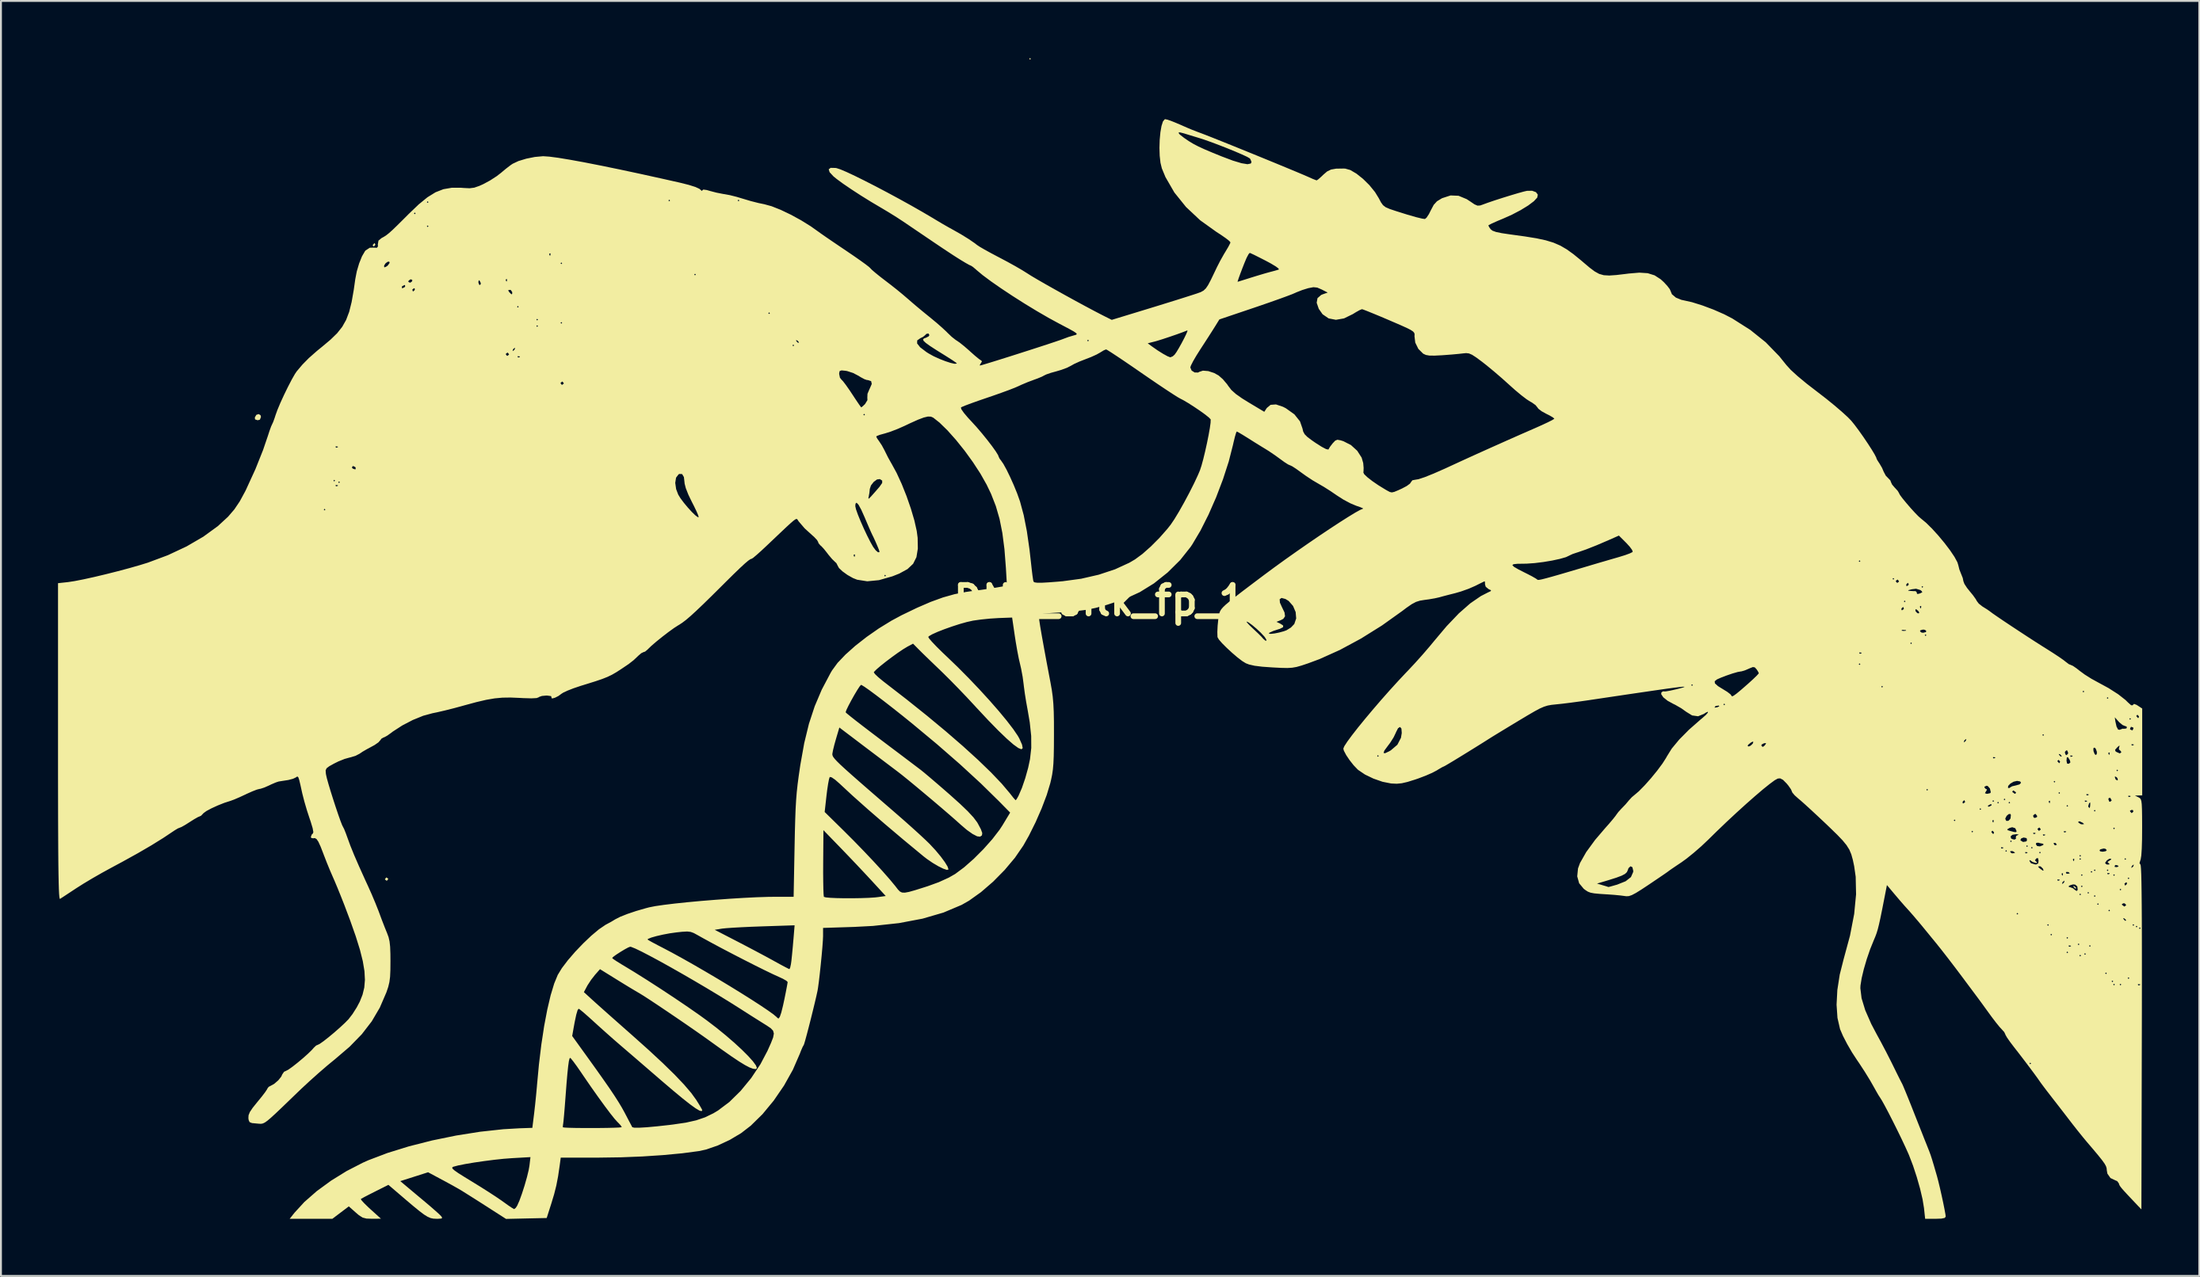
<source format=kicad_pcb>
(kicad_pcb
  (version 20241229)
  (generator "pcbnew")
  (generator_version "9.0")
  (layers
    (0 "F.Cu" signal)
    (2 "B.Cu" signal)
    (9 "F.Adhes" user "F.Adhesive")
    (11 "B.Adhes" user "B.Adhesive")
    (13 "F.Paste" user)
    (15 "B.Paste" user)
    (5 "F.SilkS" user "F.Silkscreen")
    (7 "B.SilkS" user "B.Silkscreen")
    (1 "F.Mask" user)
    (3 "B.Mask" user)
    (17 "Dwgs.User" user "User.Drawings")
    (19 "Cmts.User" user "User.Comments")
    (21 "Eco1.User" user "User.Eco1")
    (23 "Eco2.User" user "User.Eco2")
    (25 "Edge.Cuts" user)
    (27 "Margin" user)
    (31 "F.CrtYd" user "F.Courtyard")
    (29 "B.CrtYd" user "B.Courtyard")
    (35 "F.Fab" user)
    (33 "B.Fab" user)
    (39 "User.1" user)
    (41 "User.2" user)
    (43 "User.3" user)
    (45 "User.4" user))
  (footprint "DNA_silk_fp_1"
    (layer "F.Cu")
    (at 54.779 28.533)
    (property "Reference" "DNA_silk_fp_1" (at 0 0 0) (layer "F.SilkS") (effects (font (size 1.5 1.5) (thickness 0.3))))
    (attr board_only exclude_from_pos_files exclude_from_bom)
    (fp_poly (pts (xy -3.641 -28.49) (xy -3.683 -28.448) (xy -3.725 -28.49) (xy -3.683 -28.533)) (stroke (width 0) (type solid)) (fill yes) (layer "F.SilkS"))
    (fp_poly (pts (xy 51.21 15.02) (xy 51.3 15.099) (xy 51.308 15.118) (xy 51.268 15.153) (xy 51.184 15.075) (xy 51.173 15.058) (xy 51.163 15)) (stroke (width 0) (type solid)) (fill yes) (layer "F.SilkS"))
    (fp_poly (pts (xy -44.133 -9.749) (xy -44.111 -9.658) (xy -44.167 -9.513) (xy -44.287 -9.483) (xy -44.422 -9.528) (xy -44.434 -9.63) (xy -44.355 -9.767) (xy -44.233 -9.808)) (stroke (width 0) (type solid)) (fill yes) (layer "F.SilkS"))
    (fp_poly (pts (xy -38.101 -18.73) (xy -38.1 -18.711) (xy -38.165 -18.63) (xy -38.19 -18.627) (xy -38.24 -18.679) (xy -38.227 -18.711) (xy -38.151 -18.792) (xy -38.137 -18.796)) (stroke (width 0) (type solid)) (fill yes) (layer "F.SilkS"))
    (fp_poly (pts (xy -37.425 14.627) (xy -37.423 14.647) (xy -37.487 14.73) (xy -37.507 14.732) (xy -37.59 14.668) (xy -37.592 14.647) (xy -37.528 14.565) (xy -37.507 14.563)) (stroke (width 0) (type solid)) (fill yes) (layer "F.SilkS"))
    (fp_poly (pts (xy 3.555 -25.286) (xy 3.807 -25.195) (xy 4.187 -25.037) (xy 4.614 -24.85) (xy 4.84 -24.756) (xy 5.142 -24.639) (xy 5.334 -24.568) (xy 5.553 -24.484) (xy 5.901 -24.347) (xy 6.352 -24.167) (xy 6.882 -23.954) (xy 7.464 -23.718) (xy 8.074 -23.47) (xy 8.686 -23.22) (xy 9.275 -22.978) (xy 9.815 -22.755) (xy 10.282 -22.561) (xy 10.65 -22.406) (xy 10.894 -22.301) (xy 10.939 -22.281) (xy 11.173 -22.177) (xy 11.34 -22.111) (xy 11.386 -22.098) (xy 11.469 -22.153) (xy 11.627 -22.293) (xy 11.732 -22.394) (xy 11.93 -22.565) (xy 12.139 -22.667) (xy 12.407 -22.714) (xy 12.784 -22.72) (xy 12.881 -22.717) (xy 13.149 -22.643) (xy 13.473 -22.453) (xy 13.82 -22.177) (xy 14.156 -21.845) (xy 14.449 -21.485) (xy 14.645 -21.166) (xy 14.765 -20.941) (xy 14.872 -20.792) (xy 15.009 -20.687) (xy 15.219 -20.595) (xy 15.543 -20.486) (xy 15.591 -20.471) (xy 16.152 -20.295) (xy 16.599 -20.166) (xy 16.917 -20.089) (xy 17.075 -20.066) (xy 17.161 -20.137) (xy 17.282 -20.321) (xy 17.382 -20.519) (xy 17.536 -20.809) (xy 17.706 -20.997) (xy 17.95 -21.146) (xy 17.987 -21.164) (xy 18.422 -21.305) (xy 18.842 -21.288) (xy 19.269 -21.111) (xy 19.454 -20.99) (xy 19.683 -20.835) (xy 19.839 -20.769) (xy 19.979 -20.778) (xy 20.099 -20.819) (xy 20.372 -20.919) (xy 20.739 -21.044) (xy 21.155 -21.178) (xy 21.578 -21.309) (xy 21.964 -21.424) (xy 22.271 -21.509) (xy 22.437 -21.547) (xy 22.708 -21.552) (xy 22.91 -21.478) (xy 23.009 -21.347) (xy 22.978 -21.193) (xy 22.803 -21.003) (xy 22.502 -20.776) (xy 22.106 -20.533) (xy 21.65 -20.294) (xy 21.191 -20.089) (xy 20.861 -19.951) (xy 20.6 -19.834) (xy 20.441 -19.753) (xy 20.409 -19.727) (xy 20.455 -19.634) (xy 20.528 -19.529) (xy 20.627 -19.451) (xy 20.812 -19.384) (xy 21.109 -19.322) (xy 21.545 -19.257) (xy 21.605 -19.249) (xy 22.34 -19.148) (xy 22.937 -19.051) (xy 23.425 -18.946) (xy 23.833 -18.822) (xy 24.191 -18.667) (xy 24.529 -18.47) (xy 24.877 -18.22) (xy 25.265 -17.904) (xy 25.4 -17.789) (xy 25.731 -17.509) (xy 25.996 -17.31) (xy 26.231 -17.18) (xy 26.475 -17.111) (xy 26.764 -17.094) (xy 27.137 -17.12) (xy 27.63 -17.178) (xy 27.786 -17.198) (xy 28.346 -17.245) (xy 28.787 -17.216) (xy 29.148 -17.103) (xy 29.468 -16.896) (xy 29.635 -16.743) (xy 29.821 -16.541) (xy 29.944 -16.378) (xy 29.975 -16.31) (xy 30.058 -16.11) (xy 30.267 -15.933) (xy 30.557 -15.814) (xy 30.655 -15.794) (xy 31.116 -15.691) (xy 31.665 -15.519) (xy 32.246 -15.301) (xy 32.803 -15.057) (xy 33.232 -14.835) (xy 34.179 -14.233) (xy 34.991 -13.581) (xy 35.701 -12.85) (xy 36.072 -12.389) (xy 36.302 -12.135) (xy 36.664 -11.804) (xy 37.144 -11.406) (xy 37.712 -10.968) (xy 38.16 -10.622) (xy 38.596 -10.268) (xy 38.986 -9.934) (xy 39.3 -9.648) (xy 39.484 -9.459) (xy 39.667 -9.233) (xy 39.888 -8.936) (xy 40.125 -8.601) (xy 40.355 -8.26) (xy 40.559 -7.944) (xy 40.714 -7.686) (xy 40.8 -7.517) (xy 40.809 -7.479) (xy 40.853 -7.386) (xy 40.96 -7.221) (xy 40.968 -7.21) (xy 41.104 -6.978) (xy 41.191 -6.773) (xy 41.302 -6.566) (xy 41.414 -6.451) (xy 41.54 -6.32) (xy 41.571 -6.233) (xy 41.629 -6.106) (xy 41.768 -5.941) (xy 41.783 -5.927) (xy 41.926 -5.771) (xy 41.994 -5.657) (xy 41.995 -5.65) (xy 42.048 -5.551) (xy 42.188 -5.363) (xy 42.386 -5.123) (xy 42.61 -4.863) (xy 42.832 -4.619) (xy 43.022 -4.425) (xy 43.138 -4.324) (xy 43.418 -4.092) (xy 43.736 -3.778) (xy 44.068 -3.412) (xy 44.391 -3.023) (xy 44.68 -2.642) (xy 44.912 -2.297) (xy 45.063 -2.018) (xy 45.108 -1.876) (xy 45.169 -1.632) (xy 45.259 -1.405) (xy 45.346 -1.187) (xy 45.381 -1.015) (xy 45.434 -0.875) (xy 45.571 -0.666) (xy 45.705 -0.499) (xy 45.892 -0.27) (xy 46.033 -0.071) (xy 46.083 0.021) (xy 46.189 0.16) (xy 46.379 0.31) (xy 46.416 0.333) (xy 46.621 0.461) (xy 46.767 0.562) (xy 46.781 0.574) (xy 46.907 0.668) (xy 47.149 0.836) (xy 47.48 1.061) (xy 47.873 1.323) (xy 48.302 1.606) (xy 48.74 1.893) (xy 49.16 2.165) (xy 49.535 2.404) (xy 49.727 2.524) (xy 50.083 2.75) (xy 50.399 2.958) (xy 50.64 3.126) (xy 50.763 3.223) (xy 50.922 3.343) (xy 51.03 3.387) (xy 51.142 3.437) (xy 51.332 3.568) (xy 51.486 3.69) (xy 51.757 3.889) (xy 52.102 4.107) (xy 52.415 4.279) (xy 53.013 4.604) (xy 53.519 4.928) (xy 53.904 5.231) (xy 54.03 5.355) (xy 54.196 5.504) (xy 54.283 5.505) (xy 54.29 5.489) (xy 54.35 5.433) (xy 54.484 5.485) (xy 54.553 5.528) (xy 54.779 5.677) (xy 54.779 7.961) (xy 54.779 10.245) (xy 54.589 10.25) (xy 54.398 10.256) (xy 54.585 10.346) (xy 54.652 10.385) (xy 54.7 10.442) (xy 54.734 10.542) (xy 54.755 10.71) (xy 54.767 10.971) (xy 54.773 11.348) (xy 54.775 11.866) (xy 54.775 11.956) (xy 54.771 12.558) (xy 54.756 13.046) (xy 54.732 13.403) (xy 54.698 13.614) (xy 54.685 13.649) (xy 54.636 13.807) (xy 54.686 13.88) (xy 54.702 13.944) (xy 54.716 14.116) (xy 54.729 14.404) (xy 54.739 14.811) (xy 54.747 15.345) (xy 54.754 16.01) (xy 54.759 16.811) (xy 54.762 17.755) (xy 54.763 18.846) (xy 54.763 20.091) (xy 54.762 21.494) (xy 54.759 22.977) (xy 54.737 32.017) (xy 54.398 31.66) (xy 54.071 31.314) (xy 53.843 31.068) (xy 53.695 30.9) (xy 53.61 30.788) (xy 53.569 30.711) (xy 53.555 30.654) (xy 53.466 30.531) (xy 53.374 30.492) (xy 53.111 30.368) (xy 52.949 30.136) (xy 52.917 29.953) (xy 52.909 29.853) (xy 52.876 29.747) (xy 52.804 29.615) (xy 52.677 29.437) (xy 52.481 29.191) (xy 52.202 28.857) (xy 51.858 28.454) (xy 51.65 28.203) (xy 51.385 27.874) (xy 51.111 27.525) (xy 51.012 27.397) (xy 50.711 27.005) (xy 50.371 26.565) (xy 50.055 26.159) (xy 49.996 26.082) (xy 49.767 25.786) (xy 49.573 25.53) (xy 49.44 25.35) (xy 49.403 25.297) (xy 49.289 25.133) (xy 49.096 24.868) (xy 48.848 24.535) (xy 48.702 24.342) (xy 48.853 24.342) (xy 48.895 24.384) (xy 48.937 24.342) (xy 48.895 24.299) (xy 48.853 24.342) (xy 48.702 24.342) (xy 48.57 24.168) (xy 48.287 23.798) (xy 48.028 23.466) (xy 47.825 23.198) (xy 47.67 22.975) (xy 47.589 22.833) (xy 47.583 22.81) (xy 47.525 22.69) (xy 47.404 22.556) (xy 47.275 22.415) (xy 47.083 22.178) (xy 46.861 21.886) (xy 46.768 21.759) (xy 46.539 21.443) (xy 46.326 21.149) (xy 46.162 20.926) (xy 46.121 20.871) (xy 45.992 20.698) (xy 45.792 20.43) (xy 45.615 20.193) (xy 53.255 20.193) (xy 53.298 20.235) (xy 53.34 20.193) (xy 53.594 20.193) (xy 53.636 20.235) (xy 53.679 20.193) (xy 53.665 20.179) (xy 54.554 20.179) (xy 54.565 20.229) (xy 54.61 20.235) (xy 54.68 20.204) (xy 54.666 20.179) (xy 54.566 20.169) (xy 54.554 20.179) (xy 53.665 20.179) (xy 53.636 20.151) (xy 53.594 20.193) (xy 53.34 20.193) (xy 53.298 20.151) (xy 53.255 20.193) (xy 45.615 20.193) (xy 45.552 20.108) (xy 45.489 20.024) (xy 53.171 20.024) (xy 53.213 20.066) (xy 53.255 20.024) (xy 53.213 19.981) (xy 53.171 20.024) (xy 45.489 20.024) (xy 45.364 19.855) (xy 45.363 19.854) (xy 54.017 19.854) (xy 54.06 19.897) (xy 54.102 19.854) (xy 54.06 19.812) (xy 54.017 19.854) (xy 45.363 19.854) (xy 45.172 19.6) (xy 52.832 19.6) (xy 52.874 19.643) (xy 52.917 19.6) (xy 52.874 19.558) (xy 52.832 19.6) (xy 45.172 19.6) (xy 44.967 19.327) (xy 44.581 18.822) (xy 44.462 18.669) (xy 51.477 18.669) (xy 51.52 18.711) (xy 51.562 18.669) (xy 51.52 18.627) (xy 51.477 18.669) (xy 44.462 18.669) (xy 44.396 18.584) (xy 51.731 18.584) (xy 51.774 18.627) (xy 51.816 18.584) (xy 51.774 18.542) (xy 51.731 18.584) (xy 44.396 18.584) (xy 44.33 18.5) (xy 50.8 18.5) (xy 50.842 18.542) (xy 50.885 18.5) (xy 50.842 18.457) (xy 50.8 18.5) (xy 44.33 18.5) (xy 44.235 18.377) (xy 44.051 18.147) (xy 50.913 18.147) (xy 50.925 18.197) (xy 50.969 18.203) (xy 51.039 18.172) (xy 51.033 18.161) (xy 51.985 18.161) (xy 52.028 18.203) (xy 52.07 18.161) (xy 52.028 18.119) (xy 51.985 18.161) (xy 51.033 18.161) (xy 51.026 18.147) (xy 50.925 18.137) (xy 50.913 18.147) (xy 44.051 18.147) (xy 43.995 18.076) (xy 51.393 18.076) (xy 51.435 18.119) (xy 51.477 18.076) (xy 51.435 18.034) (xy 51.393 18.076) (xy 43.995 18.076) (xy 43.957 18.029) (xy 43.928 17.994) (xy 43.814 17.854) (xy 43.718 17.738) (xy 50.8 17.738) (xy 50.842 17.78) (xy 50.885 17.738) (xy 50.842 17.695) (xy 50.8 17.738) (xy 43.718 17.738) (xy 43.624 17.623) (xy 43.58 17.568) (xy 49.953 17.568) (xy 49.996 17.611) (xy 50.038 17.568) (xy 49.996 17.526) (xy 49.953 17.568) (xy 43.58 17.568) (xy 43.392 17.339) (xy 43.303 17.23) (xy 54.61 17.23) (xy 54.652 17.272) (xy 54.695 17.23) (xy 54.652 17.187) (xy 54.61 17.23) (xy 43.303 17.23) (xy 43.268 17.187) (xy 43.233 17.145) (xy 54.441 17.145) (xy 54.483 17.187) (xy 54.525 17.145) (xy 54.483 17.103) (xy 54.441 17.145) (xy 43.233 17.145) (xy 43.163 17.06) (xy 49.784 17.06) (xy 49.826 17.103) (xy 49.869 17.06) (xy 54.271 17.06) (xy 54.314 17.103) (xy 54.356 17.06) (xy 54.314 17.018) (xy 54.271 17.06) (xy 49.869 17.06) (xy 49.826 17.018) (xy 49.784 17.06) (xy 43.163 17.06) (xy 43.005 16.871) (xy 42.863 16.704) (xy 53.777 16.704) (xy 53.798 16.751) (xy 53.883 16.842) (xy 53.932 16.823) (xy 53.933 16.811) (xy 53.873 16.74) (xy 53.835 16.714) (xy 53.777 16.704) (xy 42.863 16.704) (xy 42.747 16.567) (xy 42.66 16.468) (xy 48.175 16.468) (xy 48.218 16.51) (xy 48.26 16.468) (xy 48.218 16.425) (xy 48.175 16.468) (xy 42.66 16.468) (xy 42.536 16.326) (xy 42.511 16.298) (xy 53.001 16.298) (xy 53.044 16.341) (xy 53.086 16.298) (xy 53.044 16.256) (xy 53.001 16.298) (xy 42.511 16.298) (xy 42.472 16.256) (xy 42.275 16.038) (xy 42.207 15.96) (xy 52.409 15.96) (xy 52.451 16.002) (xy 52.493 15.96) (xy 52.492 15.958) (xy 53.713 15.958) (xy 53.721 16.002) (xy 53.829 16.083) (xy 53.853 16.087) (xy 53.93 16.022) (xy 53.933 16.002) (xy 53.864 15.928) (xy 53.801 15.917) (xy 53.713 15.958) (xy 52.492 15.958) (xy 52.451 15.917) (xy 52.409 15.96) (xy 42.207 15.96) (xy 42.025 15.751) (xy 41.843 15.536) (xy 52.239 15.536) (xy 52.282 15.579) (xy 52.324 15.536) (xy 52.282 15.494) (xy 52.239 15.536) (xy 41.843 15.536) (xy 41.778 15.46) (xy 41.771 15.452) (xy 51.477 15.452) (xy 51.52 15.494) (xy 51.562 15.452) (xy 51.52 15.409) (xy 51.477 15.452) (xy 41.771 15.452) (xy 41.7 15.367) (xy 51.901 15.367) (xy 51.943 15.409) (xy 51.985 15.367) (xy 51.943 15.325) (xy 51.901 15.367) (xy 41.7 15.367) (xy 41.417 15.029) (xy 50.905 15.029) (xy 50.941 15.067) (xy 50.987 15.071) (xy 51.146 15.131) (xy 51.231 15.207) (xy 51.335 15.274) (xy 51.39 15.21) (xy 51.388 15.198) (xy 53.594 15.198) (xy 53.636 15.24) (xy 53.679 15.198) (xy 53.636 15.155) (xy 53.594 15.198) (xy 51.388 15.198) (xy 51.369 15.049) (xy 51.362 15.028) (xy 51.562 15.028) (xy 51.604 15.071) (xy 51.647 15.028) (xy 51.604 14.986) (xy 51.562 15.028) (xy 51.362 15.028) (xy 51.361 15.026) (xy 51.25 14.935) (xy 51.144 14.927) (xy 50.984 14.972) (xy 50.905 15.029) (xy 41.417 15.029) (xy 41.36 14.961) (xy 41.221 15.672) (xy 41.107 16.255) (xy 41.016 16.7) (xy 40.942 17.035) (xy 40.878 17.29) (xy 40.816 17.492) (xy 40.75 17.67) (xy 40.675 17.848) (xy 40.479 18.332) (xy 40.299 18.857) (xy 40.146 19.379) (xy 40.032 19.855) (xy 39.97 20.241) (xy 39.963 20.382) (xy 40.027 20.911) (xy 40.219 21.541) (xy 40.536 22.264) (xy 40.811 22.786) (xy 41.053 23.23) (xy 41.322 23.741) (xy 41.574 24.237) (xy 41.668 24.426) (xy 41.843 24.783) (xy 41.997 25.093) (xy 42.111 25.318) (xy 42.161 25.412) (xy 42.216 25.534) (xy 42.321 25.784) (xy 42.465 26.137) (xy 42.636 26.562) (xy 42.8 26.979) (xy 42.993 27.468) (xy 43.176 27.93) (xy 43.334 28.331) (xy 43.456 28.635) (xy 43.516 28.787) (xy 43.593 28.981) (xy 43.663 29.174) (xy 43.737 29.404) (xy 43.829 29.71) (xy 43.951 30.13) (xy 43.991 30.268) (xy 44.062 30.539) (xy 44.147 30.89) (xy 44.235 31.281) (xy 44.319 31.67) (xy 44.388 32.014) (xy 44.435 32.273) (xy 44.45 32.398) (xy 44.397 32.465) (xy 44.224 32.501) (xy 43.91 32.512) (xy 43.369 32.512) (xy 43.308 31.943) (xy 43.233 31.484) (xy 43.102 30.924) (xy 42.929 30.315) (xy 42.731 29.712) (xy 42.521 29.165) (xy 42.486 29.083) (xy 42.325 28.726) (xy 42.126 28.303) (xy 41.904 27.847) (xy 41.675 27.388) (xy 41.455 26.957) (xy 41.259 26.585) (xy 41.103 26.303) (xy 41.002 26.141) (xy 40.999 26.137) (xy 40.914 26.006) (xy 40.788 25.787) (xy 40.716 25.657) (xy 40.483 25.247) (xy 40.196 24.779) (xy 39.903 24.33) (xy 39.794 24.172) (xy 39.526 23.762) (xy 39.268 23.317) (xy 39.049 22.893) (xy 38.9 22.546) (xy 38.895 22.532) (xy 38.76 21.946) (xy 38.713 21.252) (xy 38.753 20.481) (xy 38.879 19.67) (xy 39.079 18.878) (xy 39.419 17.621) (xy 39.639 16.479) (xy 39.738 15.448) (xy 39.726 14.896) (xy 50.567 14.896) (xy 50.578 14.901) (xy 53.848 14.901) (xy 53.877 14.984) (xy 53.885 14.986) (xy 53.958 14.927) (xy 53.975 14.901) (xy 53.968 14.823) (xy 53.938 14.817) (xy 53.851 14.878) (xy 53.848 14.901) (xy 50.578 14.901) (xy 50.656 14.842) (xy 50.673 14.817) (xy 50.695 14.738) (xy 50.683 14.732) (xy 50.606 14.792) (xy 50.588 14.817) (xy 50.567 14.896) (xy 39.726 14.896) (xy 39.721 14.676) (xy 50.32 14.676) (xy 50.332 14.726) (xy 50.377 14.732) (xy 50.446 14.701) (xy 50.433 14.676) (xy 50.333 14.665) (xy 50.32 14.676) (xy 39.721 14.676) (xy 39.72 14.605) (xy 54.017 14.605) (xy 54.06 14.647) (xy 54.102 14.605) (xy 54.06 14.563) (xy 54.017 14.605) (xy 39.72 14.605) (xy 39.718 14.525) (xy 39.699 14.393) (xy 50.546 14.393) (xy 50.577 14.463) (xy 50.602 14.45) (xy 50.604 14.436) (xy 51.562 14.436) (xy 51.604 14.478) (xy 51.647 14.436) (xy 53.255 14.436) (xy 53.298 14.478) (xy 53.34 14.436) (xy 53.298 14.393) (xy 53.255 14.436) (xy 51.647 14.436) (xy 51.604 14.393) (xy 51.562 14.436) (xy 50.604 14.436) (xy 50.613 14.349) (xy 50.602 14.337) (xy 50.552 14.349) (xy 50.546 14.393) (xy 39.699 14.393) (xy 39.685 14.293) (xy 50.767 14.293) (xy 50.792 14.356) (xy 50.846 14.365) (xy 50.957 14.352) (xy 50.969 14.342) (xy 50.965 14.337) (xy 52.945 14.337) (xy 52.957 14.387) (xy 53.001 14.393) (xy 53.071 14.362) (xy 53.058 14.337) (xy 52.957 14.327) (xy 52.945 14.337) (xy 50.965 14.337) (xy 50.906 14.276) (xy 50.798 14.27) (xy 50.767 14.293) (xy 39.685 14.293) (xy 39.681 14.266) (xy 52.07 14.266) (xy 52.112 14.309) (xy 52.155 14.266) (xy 52.112 14.224) (xy 52.07 14.266) (xy 39.681 14.266) (xy 39.641 13.988) (xy 49.302 13.988) (xy 49.363 14.059) (xy 49.408 14.094) (xy 49.552 14.199) (xy 49.593 14.2) (xy 49.588 14.182) (xy 52.239 14.182) (xy 52.282 14.224) (xy 52.324 14.182) (xy 52.917 14.182) (xy 52.959 14.224) (xy 53.001 14.182) (xy 52.959 14.139) (xy 52.917 14.182) (xy 52.324 14.182) (xy 52.282 14.139) (xy 52.239 14.182) (xy 49.588 14.182) (xy 49.561 14.098) (xy 49.561 14.097) (xy 49.512 14.049) (xy 54.207 14.049) (xy 54.219 14.055) (xy 54.296 13.995) (xy 54.314 13.97) (xy 54.335 13.891) (xy 54.324 13.885) (xy 54.246 13.945) (xy 54.229 13.97) (xy 54.207 14.049) (xy 49.512 14.049) (xy 49.464 14.003) (xy 53.328 14.003) (xy 53.425 14.018) (xy 53.533 13.991) (xy 53.508 13.935) (xy 53.388 13.902) (xy 53.341 13.935) (xy 53.328 14.003) (xy 49.464 14.003) (xy 49.445 13.984) (xy 49.378 13.97) (xy 49.302 13.988) (xy 39.641 13.988) (xy 39.639 13.97) (xy 39.58 13.692) (xy 48.853 13.692) (xy 48.93 13.81) (xy 49.141 13.874) (xy 49.204 13.879) (xy 49.312 13.823) (xy 49.314 13.811) (xy 52.832 13.811) (xy 52.902 13.873) (xy 52.98 13.884) (xy 53.073 13.867) (xy 53.015 13.811) (xy 52.955 13.742) (xy 53.049 13.683) (xy 53.146 13.615) (xy 53.144 13.589) (xy 53.848 13.589) (xy 53.89 13.631) (xy 53.933 13.589) (xy 53.89 13.547) (xy 53.848 13.589) (xy 53.144 13.589) (xy 53.142 13.575) (xy 53.048 13.578) (xy 52.923 13.664) (xy 52.839 13.777) (xy 52.832 13.811) (xy 49.314 13.811) (xy 49.331 13.681) (xy 49.32 13.631) (xy 51.139 13.631) (xy 51.17 13.701) (xy 51.195 13.688) (xy 51.205 13.589) (xy 51.477 13.589) (xy 51.52 13.631) (xy 51.562 13.589) (xy 51.52 13.547) (xy 51.477 13.589) (xy 51.205 13.589) (xy 51.205 13.587) (xy 51.195 13.575) (xy 51.145 13.587) (xy 51.139 13.631) (xy 49.32 13.631) (xy 49.302 13.544) (xy 49.227 13.553) (xy 49.208 13.568) (xy 49.141 13.659) (xy 49.208 13.728) (xy 49.266 13.786) (xy 49.187 13.799) (xy 49.014 13.744) (xy 48.954 13.699) (xy 48.868 13.646) (xy 48.853 13.692) (xy 39.58 13.692) (xy 39.565 13.624) (xy 39.508 13.42) (xy 51.477 13.42) (xy 51.52 13.462) (xy 51.562 13.42) (xy 51.52 13.377) (xy 51.477 13.42) (xy 39.508 13.42) (xy 39.487 13.343) (xy 39.431 13.211) (xy 47.837 13.211) (xy 47.905 13.283) (xy 47.964 13.293) (xy 48.077 13.275) (xy 48.091 13.259) (xy 48.063 13.236) (xy 48.627 13.236) (xy 48.639 13.287) (xy 48.683 13.293) (xy 48.753 13.262) (xy 48.747 13.25) (xy 49.361 13.25) (xy 49.403 13.293) (xy 49.445 13.25) (xy 49.403 13.208) (xy 49.361 13.25) (xy 48.747 13.25) (xy 48.74 13.236) (xy 48.639 13.226) (xy 48.627 13.236) (xy 48.063 13.236) (xy 48.024 13.205) (xy 47.964 13.177) (xy 47.855 13.176) (xy 47.837 13.211) (xy 39.431 13.211) (xy 39.412 13.166) (xy 47.583 13.166) (xy 47.625 13.208) (xy 47.667 13.166) (xy 47.625 13.123) (xy 52.536 13.123) (xy 52.566 13.186) (xy 52.7 13.208) (xy 52.861 13.18) (xy 52.917 13.123) (xy 52.846 13.054) (xy 52.752 13.039) (xy 52.59 13.078) (xy 52.536 13.123) (xy 47.625 13.123) (xy 47.583 13.166) (xy 39.412 13.166) (xy 39.385 13.1) (xy 39.311 12.982) (xy 47.357 12.982) (xy 47.369 13.033) (xy 47.413 13.039) (xy 47.483 13.008) (xy 47.477 12.996) (xy 48.937 12.996) (xy 48.98 13.039) (xy 49.022 12.996) (xy 48.98 12.954) (xy 48.937 12.996) (xy 47.477 12.996) (xy 47.47 12.982) (xy 47.369 12.972) (xy 47.357 12.982) (xy 39.311 12.982) (xy 39.267 12.912) (xy 48.683 12.912) (xy 48.726 12.954) (xy 48.768 12.912) (xy 48.726 12.869) (xy 48.683 12.912) (xy 39.267 12.912) (xy 39.24 12.867) (xy 39.199 12.817) (xy 49.191 12.817) (xy 49.257 12.908) (xy 49.403 12.926) (xy 49.557 12.866) (xy 49.584 12.843) (xy 49.58 12.789) (xy 49.551 12.785) (xy 49.524 12.78) (xy 50.123 12.78) (xy 50.184 12.866) (xy 50.207 12.869) (xy 50.29 12.84) (xy 50.292 12.832) (xy 50.233 12.76) (xy 50.207 12.742) (xy 50.129 12.749) (xy 50.123 12.78) (xy 49.524 12.78) (xy 49.395 12.756) (xy 49.325 12.733) (xy 49.212 12.741) (xy 49.191 12.817) (xy 39.199 12.817) (xy 39.069 12.658) (xy 47.837 12.658) (xy 47.879 12.7) (xy 47.921 12.658) (xy 47.879 12.615) (xy 47.837 12.658) (xy 39.069 12.658) (xy 39.033 12.614) (xy 39.011 12.591) (xy 48.377 12.591) (xy 48.387 12.615) (xy 48.514 12.693) (xy 48.668 12.671) (xy 48.722 12.621) (xy 48.711 12.513) (xy 48.681 12.487) (xy 48.546 12.461) (xy 48.421 12.506) (xy 48.377 12.591) (xy 39.011 12.591) (xy 38.826 12.397) (xy 47.862 12.397) (xy 47.884 12.5) (xy 47.928 12.535) (xy 48.063 12.571) (xy 48.146 12.522) (xy 48.133 12.447) (xy 48.162 12.369) (xy 48.238 12.335) (xy 48.29 12.305) (xy 48.289 12.305) (xy 49.558 12.305) (xy 49.57 12.355) (xy 49.615 12.361) (xy 49.684 12.33) (xy 49.671 12.305) (xy 49.571 12.295) (xy 49.558 12.305) (xy 48.289 12.305) (xy 48.178 12.287) (xy 48.159 12.286) (xy 47.964 12.315) (xy 47.862 12.397) (xy 38.826 12.397) (xy 38.747 12.315) (xy 38.577 12.15) (xy 45.805 12.15) (xy 45.847 12.192) (xy 45.88 12.159) (xy 46.85 12.159) (xy 46.863 12.192) (xy 46.939 12.273) (xy 46.953 12.277) (xy 46.984 12.22) (xy 49.05 12.22) (xy 49.062 12.271) (xy 49.107 12.277) (xy 49.176 12.246) (xy 49.163 12.22) (xy 49.063 12.21) (xy 49.05 12.22) (xy 46.984 12.22) (xy 46.989 12.211) (xy 46.99 12.192) (xy 46.925 12.111) (xy 46.9 12.107) (xy 46.85 12.159) (xy 45.88 12.159) (xy 45.889 12.15) (xy 45.847 12.107) (xy 45.805 12.15) (xy 38.577 12.15) (xy 38.457 12.032) (xy 47.683 12.032) (xy 47.71 12.075) (xy 47.837 12.115) (xy 48.052 12.171) (xy 48.15 12.176) (xy 48.173 12.136) (xy 50.659 12.136) (xy 50.671 12.186) (xy 50.715 12.192) (xy 50.785 12.161) (xy 50.772 12.136) (xy 50.671 12.125) (xy 50.659 12.136) (xy 48.173 12.136) (xy 48.175 12.131) (xy 48.175 12.124) (xy 48.13 12.023) (xy 49.276 12.023) (xy 49.34 12.105) (xy 49.361 12.107) (xy 49.443 12.043) (xy 49.445 12.023) (xy 49.412 11.98) (xy 53.255 11.98) (xy 53.298 12.023) (xy 53.34 11.98) (xy 53.298 11.938) (xy 53.255 11.98) (xy 49.412 11.98) (xy 49.381 11.94) (xy 49.361 11.938) (xy 49.278 12.002) (xy 49.276 12.023) (xy 48.13 12.023) (xy 48.108 11.973) (xy 47.948 11.919) (xy 47.803 11.958) (xy 47.683 12.032) (xy 38.457 12.032) (xy 38.362 11.94) (xy 38.185 11.77) (xy 37.959 11.557) (xy 44.873 11.557) (xy 44.916 11.599) (xy 46.905 11.599) (xy 46.936 11.669) (xy 46.962 11.656) (xy 46.965 11.622) (xy 51.418 11.622) (xy 51.435 11.684) (xy 51.556 11.758) (xy 51.63 11.767) (xy 51.725 11.754) (xy 51.664 11.695) (xy 51.647 11.684) (xy 51.492 11.609) (xy 51.418 11.622) (xy 46.965 11.622) (xy 46.972 11.555) (xy 46.962 11.543) (xy 46.911 11.555) (xy 46.905 11.599) (xy 44.916 11.599) (xy 44.958 11.557) (xy 44.916 11.515) (xy 44.873 11.557) (xy 37.959 11.557) (xy 37.88 11.483) (xy 47.583 11.483) (xy 47.633 11.586) (xy 47.741 11.584) (xy 47.84 11.488) (xy 47.86 11.435) (xy 47.871 11.324) (xy 49.043 11.324) (xy 49.079 11.414) (xy 49.149 11.43) (xy 49.252 11.381) (xy 49.255 11.324) (xy 49.178 11.226) (xy 49.149 11.218) (xy 49.061 11.285) (xy 49.043 11.324) (xy 47.871 11.324) (xy 47.875 11.279) (xy 47.856 11.224) (xy 47.764 11.226) (xy 47.653 11.321) (xy 47.586 11.453) (xy 47.583 11.483) (xy 37.88 11.483) (xy 37.797 11.404) (xy 37.426 11.059) (xy 37.416 11.049) (xy 52.239 11.049) (xy 52.282 11.091) (xy 52.324 11.049) (xy 52.321 11.046) (xy 54.138 11.046) (xy 54.144 11.091) (xy 54.217 11.172) (xy 54.229 11.176) (xy 54.296 11.117) (xy 54.314 11.091) (xy 54.294 11.02) (xy 54.229 11.007) (xy 54.138 11.046) (xy 52.321 11.046) (xy 52.282 11.007) (xy 52.239 11.049) (xy 37.416 11.049) (xy 37.323 10.964) (xy 46.228 10.964) (xy 46.27 11.007) (xy 46.313 10.964) (xy 46.27 10.922) (xy 46.228 10.964) (xy 37.323 10.964) (xy 37.131 10.789) (xy 46.664 10.789) (xy 46.684 10.833) (xy 46.731 10.837) (xy 46.81 10.795) (xy 50.8 10.795) (xy 50.842 10.837) (xy 50.874 10.806) (xy 51.943 10.806) (xy 51.954 10.854) (xy 52.009 10.916) (xy 52.037 10.842) (xy 52.048 10.733) (xy 52.045 10.613) (xy 51.998 10.649) (xy 51.987 10.665) (xy 51.943 10.806) (xy 50.874 10.806) (xy 50.885 10.795) (xy 50.842 10.753) (xy 50.8 10.795) (xy 46.81 10.795) (xy 46.846 10.776) (xy 46.862 10.754) (xy 46.849 10.706) (xy 46.783 10.72) (xy 46.664 10.789) (xy 37.131 10.789) (xy 37.1 10.76) (xy 36.902 10.583) (xy 45.339 10.583) (xy 45.346 10.661) (xy 45.376 10.668) (xy 45.436 10.626) (xy 47.159 10.626) (xy 47.202 10.668) (xy 47.244 10.626) (xy 47.752 10.626) (xy 47.794 10.668) (xy 47.837 10.626) (xy 47.794 10.583) (xy 49.869 10.583) (xy 49.9 10.653) (xy 49.925 10.64) (xy 49.935 10.539) (xy 49.925 10.527) (xy 51.76 10.527) (xy 51.771 10.577) (xy 51.816 10.583) (xy 51.886 10.552) (xy 51.872 10.527) (xy 51.772 10.517) (xy 51.76 10.527) (xy 49.925 10.527) (xy 49.875 10.539) (xy 49.869 10.583) (xy 47.794 10.583) (xy 47.752 10.626) (xy 47.244 10.626) (xy 47.202 10.583) (xy 47.159 10.626) (xy 45.436 10.626) (xy 45.463 10.607) (xy 45.466 10.583) (xy 45.451 10.541) (xy 46.905 10.541) (xy 46.948 10.583) (xy 46.99 10.541) (xy 46.948 10.499) (xy 46.905 10.541) (xy 45.451 10.541) (xy 45.437 10.501) (xy 45.429 10.499) (xy 45.356 10.558) (xy 45.339 10.583) (xy 36.902 10.583) (xy 36.846 10.533) (xy 36.754 10.456) (xy 47.498 10.456) (xy 47.54 10.499) (xy 47.583 10.456) (xy 47.578 10.451) (xy 53.001 10.451) (xy 53.046 10.567) (xy 53.086 10.583) (xy 53.168 10.523) (xy 53.171 10.504) (xy 53.109 10.389) (xy 53.086 10.372) (xy 53.014 10.391) (xy 53.001 10.451) (xy 47.578 10.451) (xy 47.54 10.414) (xy 47.498 10.456) (xy 36.754 10.456) (xy 36.704 10.414) (xy 36.546 10.273) (xy 54.046 10.273) (xy 54.057 10.323) (xy 54.102 10.329) (xy 54.172 10.298) (xy 54.158 10.273) (xy 54.058 10.263) (xy 54.046 10.273) (xy 36.546 10.273) (xy 36.51 10.241) (xy 36.466 10.188) (xy 51.844 10.188) (xy 51.856 10.239) (xy 51.901 10.245) (xy 51.97 10.214) (xy 51.957 10.188) (xy 51.857 10.178) (xy 51.844 10.188) (xy 36.466 10.188) (xy 36.387 10.095) (xy 36.365 10.041) (xy 36.325 9.948) (xy 43.434 9.948) (xy 43.476 9.991) (xy 43.519 9.948) (xy 43.476 9.906) (xy 43.434 9.948) (xy 36.325 9.948) (xy 36.312 9.92) (xy 36.243 9.821) (xy 46.482 9.821) (xy 46.548 9.902) (xy 46.577 9.906) (xy 46.622 9.947) (xy 46.567 10.033) (xy 46.512 10.13) (xy 46.6 10.159) (xy 46.641 10.16) (xy 46.784 10.129) (xy 46.821 10.082) (xy 46.811 10.043) (xy 47.95 10.043) (xy 47.964 10.075) (xy 48.076 10.157) (xy 48.101 10.16) (xy 48.138 10.118) (xy 50.377 10.118) (xy 50.419 10.16) (xy 50.461 10.118) (xy 50.419 10.075) (xy 50.377 10.118) (xy 48.138 10.118) (xy 48.147 10.108) (xy 48.133 10.075) (xy 48.021 9.994) (xy 47.996 9.991) (xy 47.95 10.043) (xy 46.811 10.043) (xy 46.774 9.883) (xy 46.745 9.85) (xy 47.725 9.85) (xy 47.732 9.858) (xy 47.814 9.852) (xy 47.831 9.83) (xy 47.943 9.765) (xy 48.127 9.723) (xy 48.327 9.668) (xy 48.41 9.585) (xy 48.373 9.525) (xy 50.123 9.525) (xy 50.165 9.567) (xy 50.207 9.525) (xy 50.165 9.483) (xy 50.123 9.525) (xy 48.373 9.525) (xy 48.365 9.511) (xy 48.201 9.483) (xy 48.019 9.525) (xy 47.847 9.626) (xy 47.733 9.747) (xy 47.725 9.85) (xy 46.745 9.85) (xy 46.662 9.754) (xy 46.6 9.737) (xy 46.493 9.785) (xy 46.482 9.821) (xy 36.243 9.821) (xy 36.179 9.73) (xy 36.087 9.619) (xy 35.895 9.425) (xy 35.747 9.349) (xy 35.622 9.36) (xy 35.462 9.448) (xy 35.2 9.641) (xy 34.85 9.922) (xy 34.431 10.279) (xy 33.96 10.694) (xy 33.452 11.155) (xy 32.926 11.645) (xy 32.398 12.151) (xy 31.967 12.575) (xy 31.602 12.92) (xy 31.203 13.267) (xy 30.825 13.572) (xy 30.565 13.76) (xy 30.278 13.952) (xy 30.049 14.108) (xy 29.911 14.205) (xy 29.887 14.224) (xy 29.805 14.284) (xy 29.609 14.42) (xy 29.325 14.613) (xy 28.98 14.846) (xy 28.859 14.928) (xy 28.457 15.194) (xy 28.166 15.375) (xy 27.956 15.486) (xy 27.8 15.54) (xy 27.67 15.549) (xy 27.589 15.539) (xy 27.361 15.509) (xy 27.034 15.477) (xy 26.677 15.451) (xy 26.67 15.451) (xy 26.256 15.424) (xy 25.973 15.397) (xy 25.78 15.361) (xy 25.638 15.306) (xy 25.509 15.223) (xy 25.42 15.154) (xy 25.194 14.882) (xy 26.12 14.882) (xy 26.416 14.969) (xy 26.611 15.027) (xy 26.714 15.061) (xy 26.718 15.063) (xy 26.795 15.046) (xy 26.988 14.992) (xy 27.184 14.936) (xy 27.625 14.76) (xy 27.904 14.541) (xy 28.021 14.275) (xy 28.025 14.209) (xy 27.98 14.022) (xy 27.881 13.973) (xy 27.777 14.07) (xy 27.738 14.175) (xy 27.691 14.281) (xy 27.591 14.375) (xy 27.414 14.468) (xy 27.133 14.573) (xy 26.722 14.703) (xy 26.543 14.757) (xy 26.12 14.882) (xy 25.194 14.882) (xy 25.181 14.867) (xy 25.08 14.502) (xy 25.121 14.087) (xy 25.226 13.801) (xy 25.552 13.227) (xy 26.02 12.586) (xy 26.527 11.992) (xy 26.768 11.719) (xy 26.969 11.481) (xy 27.1 11.314) (xy 27.128 11.272) (xy 27.24 11.121) (xy 27.41 10.935) (xy 27.433 10.912) (xy 27.62 10.717) (xy 27.77 10.539) (xy 27.779 10.527) (xy 27.948 10.342) (xy 28.07 10.24) (xy 28.32 10.028) (xy 28.628 9.714) (xy 28.96 9.34) (xy 29.007 9.282) (xy 53.34 9.282) (xy 53.382 9.406) (xy 53.465 9.455) (xy 53.497 9.439) (xy 53.485 9.352) (xy 53.44 9.295) (xy 53.355 9.247) (xy 53.34 9.282) (xy 29.007 9.282) (xy 29.282 8.946) (xy 29.292 8.932) (xy 53.425 8.932) (xy 53.467 8.975) (xy 53.509 8.932) (xy 53.467 8.89) (xy 53.425 8.932) (xy 29.292 8.932) (xy 29.558 8.574) (xy 29.648 8.434) (xy 50.321 8.434) (xy 50.334 8.467) (xy 50.41 8.547) (xy 50.424 8.551) (xy 50.46 8.486) (xy 50.461 8.467) (xy 50.425 8.422) (xy 50.8 8.422) (xy 50.83 8.572) (xy 50.925 8.583) (xy 51.006 8.505) (xy 50.965 8.374) (xy 50.869 8.232) (xy 50.815 8.255) (xy 50.8 8.422) (xy 50.425 8.422) (xy 50.396 8.385) (xy 50.372 8.382) (xy 50.321 8.434) (xy 29.648 8.434) (xy 29.756 8.264) (xy 29.768 8.241) (xy 46.934 8.241) (xy 46.945 8.291) (xy 46.99 8.297) (xy 47.06 8.266) (xy 47.046 8.241) (xy 46.946 8.231) (xy 46.934 8.241) (xy 29.768 8.241) (xy 29.79 8.2) (xy 29.872 8.068) (xy 50.39 8.068) (xy 50.411 8.115) (xy 50.496 8.206) (xy 50.545 8.187) (xy 50.546 8.175) (xy 50.53 8.156) (xy 50.998 8.156) (xy 51.009 8.207) (xy 51.054 8.213) (xy 51.124 8.182) (xy 51.11 8.156) (xy 51.01 8.146) (xy 50.998 8.156) (xy 50.53 8.156) (xy 50.486 8.104) (xy 50.448 8.078) (xy 50.39 8.068) (xy 29.872 8.068) (xy 29.913 8.001) (xy 50.715 8.001) (xy 50.761 8.114) (xy 50.8 8.128) (xy 50.875 8.059) (xy 50.885 8.001) (xy 50.839 7.888) (xy 50.8 7.874) (xy 50.725 7.943) (xy 50.715 8.001) (xy 29.913 8.001) (xy 30.049 7.783) (xy 30.059 7.771) (xy 52.211 7.771) (xy 52.218 7.913) (xy 52.281 8.078) (xy 52.355 8.123) (xy 52.397 8.043) (xy 53.001 8.043) (xy 53.032 8.113) (xy 53.058 8.1) (xy 53.068 7.999) (xy 53.058 7.987) (xy 53.007 7.999) (xy 53.001 8.043) (xy 52.397 8.043) (xy 52.398 8.042) (xy 52.393 7.944) (xy 52.358 7.849) (xy 53.353 7.849) (xy 53.376 7.926) (xy 53.425 7.96) (xy 53.601 8.038) (xy 53.676 7.986) (xy 53.679 7.959) (xy 53.616 7.876) (xy 53.597 7.874) (xy 53.552 7.81) (xy 53.566 7.726) (xy 53.593 7.628) (xy 53.545 7.649) (xy 53.458 7.729) (xy 53.353 7.849) (xy 52.358 7.849) (xy 52.333 7.784) (xy 52.272 7.729) (xy 52.211 7.771) (xy 30.059 7.771) (xy 30.169 7.638) (xy 34.036 7.638) (xy 34.087 7.675) (xy 34.193 7.63) (xy 34.762 7.63) (xy 34.827 7.698) (xy 34.908 7.646) (xy 34.962 7.584) (xy 34.974 7.564) (xy 54.215 7.564) (xy 54.227 7.614) (xy 54.271 7.62) (xy 54.341 7.589) (xy 54.328 7.564) (xy 54.227 7.553) (xy 54.215 7.564) (xy 34.974 7.564) (xy 35.011 7.5) (xy 34.926 7.5) (xy 34.888 7.509) (xy 34.77 7.574) (xy 34.762 7.63) (xy 34.193 7.63) (xy 34.195 7.629) (xy 34.297 7.533) (xy 34.323 7.488) (xy 34.329 7.445) (xy 45.402 7.445) (xy 45.414 7.451) (xy 45.491 7.391) (xy 45.508 7.366) (xy 45.53 7.287) (xy 45.518 7.281) (xy 45.441 7.341) (xy 45.424 7.366) (xy 45.402 7.445) (xy 34.329 7.445) (xy 34.333 7.413) (xy 34.246 7.445) (xy 34.202 7.472) (xy 34.072 7.577) (xy 34.036 7.638) (xy 30.169 7.638) (xy 30.442 7.308) (xy 30.678 7.07) (xy 49.53 7.07) (xy 49.572 7.112) (xy 49.615 7.07) (xy 49.572 7.027) (xy 49.53 7.07) (xy 30.678 7.07) (xy 30.952 6.793) (xy 31.562 6.257) (xy 31.647 6.187) (xy 31.702 6.138) (xy 53.338 6.138) (xy 53.368 6.35) (xy 53.43 6.628) (xy 53.513 6.784) (xy 53.604 6.796) (xy 53.616 6.786) (xy 53.705 6.754) (xy 54.137 6.754) (xy 54.149 6.781) (xy 54.252 6.823) (xy 54.279 6.811) (xy 54.321 6.708) (xy 54.309 6.681) (xy 54.206 6.639) (xy 54.179 6.651) (xy 54.137 6.754) (xy 53.705 6.754) (xy 53.76 6.734) (xy 53.807 6.743) (xy 53.94 6.727) (xy 53.971 6.694) (xy 53.955 6.618) (xy 53.891 6.604) (xy 53.748 6.545) (xy 53.573 6.4) (xy 53.547 6.371) (xy 53.414 6.223) (xy 54.102 6.223) (xy 54.144 6.265) (xy 54.187 6.223) (xy 54.144 6.181) (xy 54.102 6.223) (xy 53.414 6.223) (xy 53.338 6.138) (xy 31.702 6.138) (xy 31.787 6.063) (xy 54.47 6.063) (xy 54.483 6.096) (xy 54.559 6.177) (xy 54.573 6.181) (xy 54.609 6.115) (xy 54.61 6.096) (xy 54.545 6.015) (xy 54.52 6.011) (xy 54.47 6.063) (xy 31.787 6.063) (xy 31.845 6.012) (xy 31.948 5.892) (xy 31.949 5.846) (xy 31.841 5.892) (xy 31.737 5.96) (xy 31.435 6.084) (xy 31.119 6.04) (xy 30.817 5.854) (xy 30.548 5.663) (xy 30.489 5.629) (xy 32.301 5.629) (xy 32.425 5.613) (xy 32.434 5.611) (xy 32.548 5.561) (xy 32.524 5.521) (xy 32.37 5.54) (xy 32.323 5.574) (xy 32.301 5.629) (xy 30.489 5.629) (xy 30.233 5.482) (xy 30.189 5.461) (xy 32.766 5.461) (xy 32.808 5.503) (xy 32.851 5.461) (xy 32.808 5.419) (xy 32.766 5.461) (xy 30.189 5.461) (xy 30.139 5.437) (xy 29.828 5.267) (xy 29.648 5.122) (xy 52.917 5.122) (xy 52.959 5.165) (xy 53.001 5.122) (xy 52.959 5.08) (xy 52.917 5.122) (xy 29.648 5.122) (xy 29.605 5.088) (xy 29.496 4.926) (xy 29.504 4.83) (xy 29.596 4.77) (xy 29.624 4.778) (xy 29.732 4.777) (xy 29.957 4.739) (xy 30.256 4.672) (xy 30.317 4.657) (xy 30.509 4.607) (xy 30.645 4.568) (xy 30.716 4.541) (xy 30.711 4.529) (xy 30.623 4.531) (xy 30.441 4.549) (xy 30.157 4.585) (xy 29.762 4.638) (xy 29.246 4.712) (xy 28.6 4.806) (xy 27.815 4.921) (xy 26.881 5.06) (xy 25.79 5.222) (xy 25.696 5.237) (xy 25.211 5.306) (xy 24.719 5.372) (xy 24.278 5.426) (xy 23.964 5.459) (xy 23.729 5.484) (xy 23.529 5.52) (xy 23.335 5.58) (xy 23.114 5.676) (xy 22.838 5.824) (xy 22.475 6.035) (xy 22.059 6.284) (xy 21.62 6.549) (xy 21.211 6.797) (xy 20.861 7.01) (xy 20.603 7.168) (xy 20.489 7.24) (xy 20.132 7.466) (xy 19.738 7.712) (xy 19.333 7.963) (xy 18.945 8.202) (xy 18.598 8.414) (xy 18.319 8.581) (xy 18.135 8.689) (xy 18.072 8.721) (xy 17.982 8.762) (xy 17.801 8.867) (xy 17.689 8.936) (xy 17.453 9.06) (xy 17.113 9.208) (xy 16.729 9.354) (xy 16.569 9.409) (xy 16.162 9.536) (xy 15.856 9.607) (xy 15.593 9.632) (xy 15.317 9.619) (xy 15.285 9.616) (xy 14.846 9.529) (xy 14.37 9.363) (xy 13.923 9.148) (xy 13.571 8.91) (xy 13.536 8.88) (xy 13.324 8.658) (xy 13.112 8.389) (xy 12.965 8.17) (xy 14.563 8.17) (xy 14.605 8.213) (xy 14.647 8.17) (xy 14.605 8.128) (xy 14.563 8.17) (xy 12.965 8.17) (xy 12.931 8.119) (xy 12.876 8.013) (xy 14.899 8.013) (xy 14.982 8.027) (xy 15.191 7.928) (xy 15.285 7.873) (xy 15.626 7.581) (xy 15.814 7.218) (xy 15.856 6.963) (xy 15.839 6.73) (xy 15.765 6.646) (xy 15.661 6.714) (xy 15.55 6.932) (xy 15.542 6.955) (xy 15.426 7.197) (xy 15.244 7.483) (xy 15.116 7.653) (xy 14.943 7.888) (xy 14.899 8.013) (xy 12.876 8.013) (xy 12.813 7.894) (xy 12.785 7.784) (xy 12.84 7.653) (xy 12.995 7.415) (xy 13.236 7.088) (xy 13.547 6.689) (xy 13.916 6.236) (xy 14.326 5.747) (xy 14.763 5.238) (xy 15.214 4.728) (xy 15.471 4.445) (xy 31.073 4.445) (xy 31.115 4.487) (xy 31.157 4.445) (xy 31.115 4.403) (xy 31.073 4.445) (xy 15.471 4.445) (xy 15.657 4.241) (xy 32.307 4.241) (xy 32.319 4.354) (xy 32.477 4.497) (xy 32.72 4.647) (xy 32.963 4.797) (xy 33.133 4.927) (xy 33.189 5.001) (xy 33.213 5.039) (xy 33.294 5.008) (xy 33.449 4.897) (xy 33.586 4.784) (xy 51.647 4.784) (xy 51.689 4.826) (xy 51.731 4.784) (xy 51.689 4.741) (xy 51.647 4.784) (xy 33.586 4.784) (xy 33.694 4.694) (xy 33.882 4.53) (xy 41.063 4.53) (xy 41.106 4.572) (xy 41.148 4.53) (xy 41.106 4.487) (xy 41.063 4.53) (xy 33.882 4.53) (xy 34.045 4.388) (xy 34.065 4.37) (xy 34.316 4.142) (xy 34.508 3.957) (xy 34.614 3.841) (xy 34.626 3.819) (xy 34.578 3.719) (xy 34.503 3.608) (xy 34.411 3.51) (xy 34.31 3.497) (xy 34.135 3.566) (xy 34.09 3.587) (xy 33.872 3.678) (xy 33.709 3.724) (xy 33.691 3.725) (xy 33.518 3.755) (xy 33.246 3.833) (xy 32.929 3.941) (xy 32.622 4.059) (xy 32.432 4.143) (xy 32.307 4.241) (xy 15.657 4.241) (xy 15.662 4.235) (xy 16.094 3.775) (xy 16.183 3.683) (xy 16.5 3.344) (xy 39.878 3.344) (xy 39.92 3.387) (xy 39.963 3.344) (xy 39.92 3.302) (xy 39.878 3.344) (xy 16.5 3.344) (xy 16.549 3.292) (xy 16.948 2.847) (xy 17.042 2.738) (xy 39.906 2.738) (xy 39.918 2.788) (xy 39.963 2.794) (xy 40.032 2.763) (xy 40.019 2.738) (xy 39.919 2.727) (xy 39.906 2.738) (xy 17.042 2.738) (xy 17.322 2.412) (xy 17.461 2.244) (xy 42.587 2.244) (xy 42.63 2.286) (xy 42.672 2.244) (xy 42.63 2.201) (xy 42.587 2.244) (xy 17.461 2.244) (xy 17.531 2.159) (xy 17.816 1.82) (xy 43.349 1.82) (xy 43.392 1.863) (xy 43.434 1.82) (xy 43.392 1.778) (xy 43.349 1.82) (xy 17.816 1.82) (xy 17.994 1.609) (xy 43.095 1.609) (xy 43.166 1.677) (xy 43.265 1.693) (xy 43.402 1.658) (xy 43.434 1.609) (xy 43.363 1.54) (xy 43.265 1.524) (xy 43.127 1.559) (xy 43.095 1.609) (xy 17.994 1.609) (xy 18.015 1.583) (xy 42.132 1.583) (xy 42.249 1.595) (xy 42.369 1.582) (xy 42.355 1.553) (xy 42.181 1.541) (xy 42.143 1.553) (xy 42.132 1.583) (xy 18.015 1.583) (xy 18.222 1.339) (xy 18.861 0.67) (xy 18.996 0.552) (xy 42.861 0.552) (xy 42.947 0.65) (xy 43.026 0.677) (xy 43.06 0.629) (xy 43.009 0.548) (xy 42.905 0.46) (xy 42.863 0.458) (xy 42.861 0.552) (xy 18.996 0.552) (xy 19.142 0.423) (xy 42.122 0.423) (xy 42.128 0.501) (xy 42.159 0.508) (xy 42.245 0.447) (xy 42.249 0.423) (xy 42.22 0.341) (xy 42.211 0.339) (xy 43.095 0.339) (xy 43.126 0.408) (xy 43.152 0.395) (xy 43.162 0.295) (xy 43.152 0.282) (xy 43.101 0.294) (xy 43.095 0.339) (xy 42.211 0.339) (xy 42.139 0.398) (xy 42.122 0.423) (xy 19.142 0.423) (xy 19.456 0.148) (xy 19.609 0.042) (xy 42.249 0.042) (xy 42.291 0.085) (xy 42.333 0.042) (xy 42.291 0) (xy 42.249 0.042) (xy 19.609 0.042) (xy 20.014 -0.236) (xy 20.362 -0.415) (xy 20.528 -0.494) (xy 20.542 -0.523) (xy 42.474 -0.523) (xy 42.587 -0.507) (xy 42.773 -0.496) (xy 42.862 -0.498) (xy 42.924 -0.444) (xy 42.926 -0.423) (xy 42.946 -0.349) (xy 43.041 -0.358) (xy 43.135 -0.392) (xy 43.223 -0.443) (xy 43.173 -0.512) (xy 43.116 -0.554) (xy 42.893 -0.622) (xy 42.668 -0.594) (xy 42.493 -0.548) (xy 42.474 -0.523) (xy 20.542 -0.523) (xy 20.551 -0.542) (xy 20.442 -0.593) (xy 20.426 -0.6) (xy 20.278 -0.72) (xy 43.18 -0.72) (xy 43.222 -0.677) (xy 43.265 -0.72) (xy 43.222 -0.762) (xy 43.18 -0.72) (xy 20.278 -0.72) (xy 20.271 -0.726) (xy 20.235 -0.844) (xy 20.235 -0.847) (xy 42.376 -0.847) (xy 42.382 -0.769) (xy 42.413 -0.762) (xy 42.499 -0.823) (xy 42.503 -0.847) (xy 42.474 -0.929) (xy 42.465 -0.931) (xy 42.393 -0.872) (xy 42.376 -0.847) (xy 20.235 -0.847) (xy 20.227 -0.983) (xy 20.214 -1.015) (xy 20.134 -0.979) (xy 19.946 -0.887) (xy 19.721 -0.774) (xy 19.376 -0.623) (xy 18.966 -0.477) (xy 18.662 -0.389) (xy 18.327 -0.305) (xy 18.021 -0.225) (xy 17.822 -0.17) (xy 17.595 -0.119) (xy 17.282 -0.065) (xy 17.068 -0.037) (xy 16.817 0.003) (xy 16.605 0.07) (xy 16.384 0.187) (xy 16.11 0.375) (xy 15.883 0.547) (xy 14.815 1.31) (xy 13.71 2) (xy 12.604 2.596) (xy 11.531 3.079) (xy 10.927 3.303) (xy 10.589 3.416) (xy 10.328 3.49) (xy 10.094 3.531) (xy 9.838 3.546) (xy 9.512 3.539) (xy 9.066 3.516) (xy 9.065 3.516) (xy 8.524 3.478) (xy 8.121 3.428) (xy 7.828 3.361) (xy 7.659 3.296) (xy 7.466 3.177) (xy 7.213 2.983) (xy 6.932 2.742) (xy 6.655 2.486) (xy 6.414 2.245) (xy 6.242 2.047) (xy 6.17 1.922) (xy 6.17 1.921) (xy 6.162 1.655) (xy 6.178 1.317) (xy 6.2 1.101) (xy 7.699 1.101) (xy 7.72 1.152) (xy 7.843 1.287) (xy 8.042 1.478) (xy 8.068 1.503) (xy 8.298 1.719) (xy 8.481 1.901) (xy 8.576 2.01) (xy 8.577 2.011) (xy 8.69 2.107) (xy 8.731 2.117) (xy 8.741 2.061) (xy 8.657 1.923) (xy 8.621 1.879) (xy 8.494 1.742) (xy 8.874 1.742) (xy 8.983 1.75) (xy 9.175 1.728) (xy 9.41 1.681) (xy 9.649 1.616) (xy 9.794 1.564) (xy 10.029 1.419) (xy 10.207 1.233) (xy 10.307 0.939) (xy 10.279 0.605) (xy 10.142 0.283) (xy 9.912 0.021) (xy 9.745 -0.083) (xy 9.537 -0.138) (xy 9.438 -0.07) (xy 9.452 0.109) (xy 9.551 0.328) (xy 9.694 0.626) (xy 9.721 0.827) (xy 9.63 0.961) (xy 9.504 1.027) (xy 9.271 1.119) (xy 9.461 1.207) (xy 9.621 1.309) (xy 9.619 1.399) (xy 9.452 1.485) (xy 9.335 1.521) (xy 9.093 1.601) (xy 8.91 1.686) (xy 8.89 1.698) (xy 8.874 1.742) (xy 8.494 1.742) (xy 8.443 1.687) (xy 8.22 1.478) (xy 7.994 1.288) (xy 7.805 1.15) (xy 7.699 1.101) (xy 6.2 1.101) (xy 6.212 0.977) (xy 6.257 0.707) (xy 6.277 0.635) (xy 6.313 0.547) (xy 6.37 0.456) (xy 6.463 0.348) (xy 6.605 0.213) (xy 6.811 0.039) (xy 7.094 -0.188) (xy 7.469 -0.478) (xy 7.951 -0.843) (xy 8.18 -1.016) (xy 41.825 -1.016) (xy 41.89 -0.934) (xy 41.91 -0.931) (xy 41.992 -0.996) (xy 41.995 -1.016) (xy 41.93 -1.098) (xy 41.91 -1.101) (xy 41.828 -1.036) (xy 41.825 -1.016) (xy 8.18 -1.016) (xy 8.552 -1.296) (xy 8.625 -1.351) (xy 9.16 -1.747) (xy 9.319 -1.862) (xy 21.67 -1.862) (xy 21.756 -1.775) (xy 21.989 -1.639) (xy 22.373 -1.444) (xy 22.419 -1.422) (xy 22.689 -1.283) (xy 22.892 -1.167) (xy 22.988 -1.1) (xy 22.989 -1.098) (xy 23.018 -1.086) (xy 23.092 -1.091) (xy 23.226 -1.118) (xy 23.325 -1.143) (xy 41.656 -1.143) (xy 41.698 -1.101) (xy 41.741 -1.143) (xy 41.698 -1.185) (xy 41.656 -1.143) (xy 23.325 -1.143) (xy 23.435 -1.171) (xy 23.736 -1.253) (xy 24.143 -1.369) (xy 24.671 -1.524) (xy 25.337 -1.721) (xy 25.823 -1.866) (xy 26.269 -1.998) (xy 26.532 -2.074) (xy 39.878 -2.074) (xy 39.92 -2.032) (xy 39.963 -2.074) (xy 39.92 -2.117) (xy 39.878 -2.074) (xy 26.532 -2.074) (xy 26.749 -2.138) (xy 27.178 -2.262) (xy 27.287 -2.294) (xy 27.601 -2.391) (xy 27.847 -2.482) (xy 27.984 -2.55) (xy 27.996 -2.563) (xy 27.967 -2.659) (xy 27.841 -2.832) (xy 27.659 -3.031) (xy 27.271 -3.418) (xy 26.738 -3.182) (xy 26.096 -2.907) (xy 25.544 -2.689) (xy 25.108 -2.538) (xy 25.061 -2.524) (xy 24.841 -2.45) (xy 24.691 -2.381) (xy 24.68 -2.374) (xy 24.488 -2.284) (xy 24.167 -2.192) (xy 23.759 -2.104) (xy 23.304 -2.028) (xy 22.843 -1.971) (xy 22.417 -1.941) (xy 22.267 -1.939) (xy 21.929 -1.934) (xy 21.729 -1.912) (xy 21.67 -1.862) (xy 9.319 -1.862) (xy 9.735 -2.163) (xy 10.332 -2.585) (xy 10.934 -3.004) (xy 11.524 -3.407) (xy 12.084 -3.782) (xy 12.596 -4.117) (xy 13.043 -4.401) (xy 13.407 -4.623) (xy 13.671 -4.769) (xy 13.817 -4.83) (xy 13.825 -4.831) (xy 13.809 -4.856) (xy 13.664 -4.917) (xy 13.462 -4.986) (xy 13.155 -5.115) (xy 12.793 -5.308) (xy 12.453 -5.525) (xy 12.446 -5.53) (xy 12.113 -5.757) (xy 11.765 -5.978) (xy 11.476 -6.146) (xy 11.472 -6.148) (xy 11.175 -6.322) (xy 10.829 -6.55) (xy 10.561 -6.742) (xy 10.31 -6.924) (xy 10.107 -7.056) (xy 9.992 -7.112) (xy 9.987 -7.112) (xy 9.879 -7.16) (xy 9.684 -7.285) (xy 9.485 -7.43) (xy 9.184 -7.648) (xy 8.868 -7.862) (xy 8.704 -7.964) (xy 8.445 -8.122) (xy 8.114 -8.327) (xy 7.784 -8.536) (xy 7.783 -8.536) (xy 7.515 -8.703) (xy 7.305 -8.828) (xy 7.19 -8.888) (xy 7.182 -8.89) (xy 7.145 -8.813) (xy 7.085 -8.609) (xy 7.013 -8.315) (xy 6.986 -8.192) (xy 6.762 -7.314) (xy 6.46 -6.382) (xy 6.101 -5.437) (xy 5.7 -4.522) (xy 5.276 -3.68) (xy 4.846 -2.955) (xy 4.755 -2.819) (xy 4.211 -2.133) (xy 3.552 -1.48) (xy 2.829 -0.903) (xy 2.09 -0.446) (xy 2.074 -0.438) (xy 1.578 -0.21) (xy 0.986 0.017) (xy 0.36 0.223) (xy -0.24 0.387) (xy -0.753 0.491) (xy -0.762 0.492) (xy -1.133 0.538) (xy -1.598 0.584) (xy -2.081 0.624) (xy -2.307 0.639) (xy -2.709 0.665) (xy -2.971 0.691) (xy -3.123 0.724) (xy -3.194 0.773) (xy -3.215 0.844) (xy -3.215 0.876) (xy -3.197 1.044) (xy -3.147 1.372) (xy -3.064 1.855) (xy -2.95 2.487) (xy -2.807 3.263) (xy -2.634 4.176) (xy -2.607 4.318) (xy -2.54 4.696) (xy -2.491 5.053) (xy -2.458 5.424) (xy -2.437 5.848) (xy -2.427 6.363) (xy -2.426 7.006) (xy -2.426 7.07) (xy -2.429 7.695) (xy -2.438 8.184) (xy -2.455 8.569) (xy -2.482 8.883) (xy -2.522 9.158) (xy -2.578 9.429) (xy -2.621 9.61) (xy -2.808 10.228) (xy -3.073 10.928) (xy -3.392 11.657) (xy -3.742 12.361) (xy -4.036 12.882) (xy -4.478 13.525) (xy -5.02 14.17) (xy -5.626 14.784) (xy -6.261 15.332) (xy -6.889 15.781) (xy -7.281 16.004) (xy -8.235 16.407) (xy -9.333 16.727) (xy -10.57 16.961) (xy -11.942 17.11) (xy -12.933 17.162) (xy -14.563 17.214) (xy -14.563 17.645) (xy -14.574 17.881) (xy -14.6 18.24) (xy -14.639 18.679) (xy -14.686 19.155) (xy -14.736 19.624) (xy -14.785 20.042) (xy -14.829 20.366) (xy -14.854 20.516) (xy -14.916 20.8) (xy -15.002 21.166) (xy -15.103 21.583) (xy -15.211 22.019) (xy -15.319 22.442) (xy -15.418 22.82) (xy -15.5 23.121) (xy -15.557 23.314) (xy -15.578 23.368) (xy -15.634 23.466) (xy -15.723 23.67) (xy -15.786 23.834) (xy -16.151 24.674) (xy -16.616 25.505) (xy -17.156 26.294) (xy -17.746 27.008) (xy -18.362 27.613) (xy -18.87 28.006) (xy -19.468 28.362) (xy -20.1 28.657) (xy -20.709 28.867) (xy -21.082 28.949) (xy -21.964 29.066) (xy -22.973 29.161) (xy -24.066 29.233) (xy -25.201 29.278) (xy -26.337 29.294) (xy -26.347 29.294) (xy -28.353 29.295) (xy -28.407 29.697) (xy -28.492 30.277) (xy -28.585 30.762) (xy -28.702 31.225) (xy -28.848 31.708) (xy -29.091 32.47) (xy -30.16 32.493) (xy -31.229 32.517) (xy -31.976 32.038) (xy -32.462 31.726) (xy -32.856 31.475) (xy -33.208 31.253) (xy -33.568 31.027) (xy -33.57 31.026) (xy -33.756 30.917) (xy -34.043 30.755) (xy -34.385 30.568) (xy -34.575 30.466) (xy -35.326 30.064) (xy -36.056 30.297) (xy -36.787 30.53) (xy -36.576 30.708) (xy -36.428 30.832) (xy -36.185 31.036) (xy -35.881 31.291) (xy -35.56 31.559) (xy -35.239 31.83) (xy -34.959 32.074) (xy -34.749 32.263) (xy -34.64 32.371) (xy -34.639 32.371) (xy -34.585 32.458) (xy -34.63 32.499) (xy -34.804 32.51) (xy -34.893 32.51) (xy -35.047 32.503) (xy -35.191 32.473) (xy -35.345 32.407) (xy -35.532 32.292) (xy -35.773 32.111) (xy -36.09 31.853) (xy -36.505 31.502) (xy -36.689 31.344) (xy -37.411 30.726) (xy -38.115 31.079) (xy -38.427 31.237) (xy -38.678 31.367) (xy -38.832 31.452) (xy -38.862 31.471) (xy -38.823 31.541) (xy -38.682 31.695) (xy -38.467 31.905) (xy -38.354 32.009) (xy -37.804 32.506) (xy -38.28 32.509) (xy -38.568 32.499) (xy -38.771 32.446) (xy -38.966 32.32) (xy -39.124 32.185) (xy -39.493 31.858) (xy -39.926 32.185) (xy -40.359 32.512) (xy -41.48 32.512) (xy -42.602 32.512) (xy -42.348 32.192) (xy -41.83 31.627) (xy -41.179 31.057) (xy -40.427 30.507) (xy -39.61 30.001) (xy -39.247 29.814) (xy -34.06 29.814) (xy -34.042 29.873) (xy -33.939 29.967) (xy -33.736 30.11) (xy -33.415 30.312) (xy -33.034 30.545) (xy -32.589 30.819) (xy -32.15 31.097) (xy -31.759 31.352) (xy -31.456 31.559) (xy -31.369 31.621) (xy -31.116 31.803) (xy -30.916 31.937) (xy -30.807 31.999) (xy -30.8 32) (xy -30.719 31.938) (xy -30.643 31.823) (xy -30.525 31.557) (xy -30.389 31.181) (xy -30.251 30.75) (xy -30.128 30.318) (xy -30.037 29.942) (xy -29.999 29.726) (xy -29.945 29.267) (xy -30.911 29.322) (xy -31.349 29.355) (xy -31.85 29.408) (xy -32.378 29.476) (xy -32.895 29.551) (xy -33.361 29.629) (xy -33.739 29.704) (xy -33.991 29.771) (xy -34.011 29.777) (xy -34.06 29.814) (xy -39.247 29.814) (xy -38.76 29.563) (xy -38.467 29.432) (xy -37.461 29.05) (xy -36.33 28.7) (xy -35.113 28.391) (xy -33.854 28.133) (xy -32.592 27.933) (xy -31.37 27.8) (xy -30.522 27.751) (xy -29.845 27.728) (xy -29.84 27.684) (xy -28.245 27.684) (xy -28.237 27.699) (xy -28.143 27.714) (xy -27.914 27.725) (xy -27.585 27.733) (xy -27.186 27.737) (xy -26.751 27.738) (xy -26.311 27.736) (xy -25.9 27.731) (xy -25.549 27.722) (xy -25.29 27.711) (xy -25.157 27.696) (xy -25.146 27.69) (xy -25.202 27.598) (xy -25.34 27.45) (xy -25.366 27.426) (xy -25.519 27.257) (xy -25.75 26.967) (xy -26.044 26.576) (xy -26.386 26.104) (xy -26.762 25.573) (xy -27.155 25.001) (xy -27.301 24.786) (xy -27.512 24.482) (xy -27.691 24.238) (xy -27.815 24.084) (xy -27.86 24.045) (xy -27.893 24.09) (xy -27.927 24.232) (xy -27.962 24.485) (xy -28.002 24.863) (xy -28.047 25.38) (xy -28.098 26.049) (xy -28.113 26.247) (xy -28.147 26.69) (xy -28.18 27.077) (xy -28.208 27.372) (xy -28.229 27.545) (xy -28.235 27.572) (xy -28.245 27.684) (xy -29.84 27.684) (xy -29.751 26.966) (xy -29.699 26.506) (xy -29.647 25.998) (xy -29.605 25.544) (xy -29.602 25.498) (xy -29.499 24.393) (xy -29.373 23.348) (xy -29.304 22.898) (xy -27.751 22.898) (xy -26.978 23.971) (xy -26.497 24.641) (xy -26.105 25.195) (xy -25.787 25.652) (xy -25.531 26.034) (xy -25.324 26.358) (xy -25.151 26.645) (xy -25.001 26.916) (xy -24.952 27.009) (xy -24.798 27.304) (xy -24.673 27.54) (xy -24.6 27.678) (xy -24.59 27.695) (xy -24.484 27.721) (xy -24.224 27.721) (xy -23.821 27.697) (xy -23.288 27.648) (xy -22.638 27.576) (xy -22.453 27.553) (xy -21.78 27.455) (xy -21.23 27.332) (xy -20.761 27.172) (xy -20.326 26.961) (xy -20.086 26.817) (xy -19.489 26.368) (xy -18.898 25.787) (xy -18.343 25.112) (xy -17.854 24.378) (xy -17.488 23.684) (xy -17.302 23.268) (xy -17.188 22.974) (xy -17.15 22.768) (xy -17.192 22.617) (xy -17.315 22.488) (xy -17.523 22.347) (xy -17.615 22.29) (xy -17.921 22.098) (xy -18.305 21.856) (xy -18.704 21.602) (xy -18.876 21.491) (xy -19.439 21.135) (xy -20.049 20.76) (xy -20.687 20.376) (xy -21.335 19.994) (xy -21.976 19.623) (xy -22.59 19.274) (xy -23.161 18.957) (xy -23.67 18.683) (xy -24.098 18.461) (xy -24.428 18.302) (xy -24.642 18.216) (xy -24.703 18.203) (xy -24.811 18.245) (xy -25.003 18.349) (xy -25.23 18.487) (xy -25.446 18.627) (xy -25.601 18.742) (xy -25.651 18.796) (xy -25.583 18.856) (xy -25.404 18.976) (xy -25.149 19.134) (xy -25.081 19.174) (xy -24.489 19.533) (xy -23.812 19.958) (xy -23.09 20.424) (xy -22.364 20.904) (xy -21.674 21.371) (xy -21.06 21.799) (xy -20.675 22.078) (xy -20.166 22.467) (xy -19.682 22.861) (xy -19.234 23.248) (xy -18.838 23.613) (xy -18.507 23.943) (xy -18.254 24.224) (xy -18.094 24.443) (xy -18.039 24.585) (xy -18.104 24.638) (xy -18.108 24.638) (xy -18.249 24.618) (xy -18.43 24.551) (xy -18.667 24.427) (xy -18.976 24.238) (xy -19.372 23.973) (xy -19.872 23.622) (xy -20.447 23.209) (xy -20.824 22.939) (xy -21.27 22.626) (xy -21.759 22.287) (xy -22.268 21.939) (xy -22.771 21.598) (xy -23.242 21.281) (xy -23.657 21.006) (xy -23.99 20.79) (xy -24.217 20.65) (xy -24.257 20.627) (xy -24.428 20.527) (xy -24.704 20.362) (xy -25.047 20.153) (xy -25.4 19.935) (xy -26.289 19.384) (xy -26.549 19.679) (xy -26.754 19.941) (xy -26.938 20.222) (xy -26.972 20.283) (xy -27.136 20.591) (xy -26.67 21.017) (xy -26.475 21.193) (xy -26.176 21.46) (xy -25.799 21.796) (xy -25.366 22.179) (xy -24.903 22.589) (xy -24.596 22.86) (xy -23.723 23.641) (xy -22.982 24.329) (xy -22.367 24.93) (xy -21.874 25.449) (xy -21.495 25.892) (xy -21.226 26.264) (xy -21.223 26.269) (xy -21.067 26.52) (xy -20.956 26.71) (xy -20.913 26.798) (xy -20.913 26.799) (xy -20.949 26.85) (xy -21.063 26.82) (xy -21.261 26.703) (xy -21.551 26.494) (xy -21.94 26.187) (xy -22.435 25.777) (xy -23.044 25.258) (xy -23.317 25.022) (xy -23.756 24.643) (xy -24.209 24.252) (xy -24.638 23.882) (xy -25.004 23.568) (xy -25.188 23.41) (xy -25.56 23.088) (xy -25.988 22.709) (xy -26.409 22.331) (xy -26.618 22.14) (xy -26.91 21.876) (xy -27.157 21.66) (xy -27.333 21.515) (xy -27.411 21.463) (xy -27.467 21.54) (xy -27.537 21.775) (xy -27.621 22.171) (xy -27.677 22.477) (xy -27.751 22.898) (xy -29.304 22.898) (xy -29.226 22.381) (xy -29.061 21.511) (xy -28.884 20.757) (xy -28.696 20.136) (xy -28.51 19.685) (xy -28.294 19.33) (xy -27.978 18.914) (xy -27.594 18.469) (xy -27.173 18.029) (xy -26.955 17.822) (xy -23.791 17.822) (xy -23.721 17.87) (xy -23.531 17.976) (xy -23.252 18.124) (xy -23.008 18.25) (xy -22.516 18.509) (xy -21.961 18.814) (xy -21.361 19.153) (xy -20.735 19.516) (xy -20.1 19.891) (xy -19.477 20.267) (xy -18.883 20.633) (xy -18.336 20.977) (xy -17.856 21.288) (xy -17.46 21.554) (xy -17.167 21.765) (xy -16.996 21.909) (xy -16.965 21.945) (xy -16.905 21.982) (xy -16.838 21.893) (xy -16.76 21.667) (xy -16.667 21.292) (xy -16.594 20.952) (xy -16.522 20.596) (xy -16.466 20.302) (xy -16.432 20.11) (xy -16.425 20.059) (xy -16.497 19.989) (xy -16.682 19.884) (xy -16.87 19.797) (xy -17.182 19.655) (xy -17.612 19.448) (xy -18.128 19.192) (xy -18.698 18.903) (xy -19.292 18.597) (xy -19.877 18.291) (xy -20.423 17.999) (xy -20.898 17.739) (xy -21.167 17.588) (xy -21.362 17.482) (xy -21.525 17.423) (xy -21.709 17.403) (xy -21.966 17.417) (xy -22.267 17.449) (xy -22.618 17.498) (xy -22.98 17.566) (xy -23.316 17.643) (xy -23.587 17.72) (xy -23.756 17.787) (xy -23.791 17.822) (xy -26.955 17.822) (xy -26.747 17.624) (xy -26.377 17.314) (xy -20.259 17.314) (xy -19.083 17.921) (xy -18.597 18.174) (xy -18.089 18.442) (xy -17.613 18.696) (xy -17.221 18.909) (xy -17.145 18.952) (xy -16.823 19.129) (xy -16.557 19.271) (xy -16.382 19.361) (xy -16.331 19.382) (xy -16.294 19.31) (xy -16.252 19.117) (xy -16.228 18.944) (xy -16.196 18.639) (xy -16.158 18.243) (xy -16.123 17.838) (xy -16.118 17.788) (xy -16.06 17.077) (xy -17.788 17.134) (xy -18.338 17.154) (xy -18.855 17.178) (xy -19.304 17.203) (xy -19.654 17.228) (xy -19.871 17.25) (xy -19.887 17.253) (xy -20.259 17.314) (xy -26.377 17.314) (xy -26.346 17.288) (xy -26.001 17.053) (xy -25.936 17.018) (xy -25.684 16.881) (xy -25.485 16.761) (xy -25.229 16.63) (xy -24.85 16.48) (xy -24.388 16.324) (xy -23.886 16.179) (xy -23.707 16.132) (xy -23.387 16.069) (xy -22.927 16.002) (xy -22.352 15.932) (xy -21.691 15.863) (xy -20.971 15.796) (xy -20.22 15.735) (xy -19.465 15.68) (xy -18.734 15.635) (xy -18.055 15.601) (xy -17.456 15.582) (xy -17.094 15.578) (xy -16.111 15.579) (xy -16.087 14.31) (xy -14.559 14.31) (xy -14.555 14.777) (xy -14.548 15.162) (xy -14.537 15.435) (xy -14.522 15.572) (xy -14.519 15.58) (xy -14.42 15.609) (xy -14.186 15.631) (xy -13.85 15.646) (xy -13.447 15.654) (xy -13.009 15.654) (xy -12.571 15.647) (xy -12.167 15.633) (xy -11.83 15.611) (xy -11.667 15.592) (xy -11.269 15.536) (xy -12.005 14.735) (xy -12.353 14.361) (xy -12.769 13.918) (xy -13.204 13.461) (xy -13.607 13.041) (xy -13.643 13.004) (xy -14.544 12.074) (xy -14.557 13.786) (xy -14.559 14.31) (xy -16.087 14.31) (xy -16.061 12.933) (xy -16.045 12.149) (xy -16.027 11.502) (xy -16.013 11.118) (xy -14.479 11.118) (xy -13.481 12.099) (xy -12.947 12.633) (xy -12.414 13.182) (xy -11.907 13.718) (xy -11.448 14.218) (xy -11.062 14.657) (xy -10.771 15.008) (xy -10.737 15.052) (xy -10.624 15.198) (xy -10.525 15.299) (xy -10.415 15.353) (xy -10.264 15.36) (xy -10.046 15.32) (xy -9.732 15.232) (xy -9.297 15.095) (xy -9.059 15.019) (xy -8.481 14.809) (xy -7.956 14.57) (xy -7.62 14.378) (xy -7.152 14.03) (xy -6.643 13.582) (xy -6.135 13.074) (xy -5.668 12.549) (xy -5.284 12.05) (xy -5.133 11.819) (xy -4.729 11.15) (xy -5.307 10.561) (xy -6.272 9.614) (xy -7.368 8.605) (xy -8.579 7.549) (xy -9.885 6.462) (xy -10.36 6.078) (xy -10.877 5.668) (xy -11.354 5.297) (xy -11.775 4.976) (xy -12.123 4.718) (xy -12.383 4.536) (xy -12.536 4.442) (xy -12.569 4.432) (xy -12.642 4.516) (xy -12.768 4.709) (xy -12.924 4.971) (xy -13.086 5.26) (xy -13.231 5.534) (xy -13.336 5.753) (xy -13.377 5.874) (xy -13.377 5.875) (xy -13.312 5.937) (xy -13.129 6.087) (xy -12.846 6.311) (xy -12.479 6.595) (xy -12.046 6.926) (xy -11.566 7.29) (xy -11.55 7.302) (xy -11.049 7.68) (xy -10.576 8.036) (xy -10.154 8.355) (xy -9.804 8.62) (xy -9.547 8.814) (xy -9.413 8.917) (xy -9.249 9.049) (xy -8.986 9.27) (xy -8.649 9.558) (xy -8.265 9.889) (xy -7.895 10.212) (xy -7.363 10.689) (xy -6.956 11.08) (xy -6.662 11.397) (xy -6.469 11.653) (xy -6.435 11.709) (xy -6.268 12.022) (xy -6.195 12.225) (xy -6.212 12.348) (xy -6.31 12.416) (xy -6.465 12.397) (xy -6.705 12.273) (xy -7.003 12.063) (xy -7.324 11.789) (xy -7.567 11.57) (xy -7.908 11.272) (xy -8.317 10.92) (xy -8.767 10.537) (xy -9.23 10.148) (xy -9.676 9.775) (xy -10.079 9.443) (xy -10.409 9.176) (xy -10.633 9.002) (xy -10.774 8.895) (xy -11.026 8.705) (xy -11.362 8.451) (xy -11.758 8.151) (xy -12.19 7.825) (xy -12.631 7.491) (xy -13.058 7.167) (xy -13.436 6.881) (xy -13.707 6.675) (xy -13.878 7.254) (xy -13.969 7.576) (xy -14.039 7.862) (xy -14.073 8.045) (xy -14.075 8.1) (xy -14.061 8.16) (xy -14.021 8.235) (xy -13.944 8.333) (xy -13.822 8.464) (xy -13.643 8.639) (xy -13.397 8.865) (xy -13.074 9.154) (xy -12.665 9.514) (xy -12.158 9.956) (xy -11.545 10.488) (xy -10.814 11.121) (xy -10.753 11.174) (xy -10.316 11.555) (xy -9.888 11.936) (xy -9.5 12.288) (xy -9.18 12.586) (xy -8.958 12.801) (xy -8.955 12.805) (xy -8.649 13.134) (xy -8.378 13.46) (xy -8.161 13.754) (xy -8.019 13.987) (xy -7.972 14.132) (xy -7.974 14.144) (xy -8.059 14.162) (xy -8.247 14.098) (xy -8.505 13.97) (xy -8.8 13.796) (xy -9.097 13.593) (xy -9.271 13.459) (xy -10.338 12.576) (xy -11.329 11.738) (xy -12.228 10.959) (xy -13.021 10.252) (xy -13.691 9.63) (xy -13.697 9.624) (xy -13.933 9.418) (xy -14.114 9.295) (xy -14.211 9.275) (xy -14.213 9.277) (xy -14.25 9.39) (xy -14.297 9.632) (xy -14.347 9.964) (xy -14.381 10.237) (xy -14.479 11.118) (xy -16.013 11.118) (xy -16.007 10.961) (xy -15.98 10.495) (xy -15.946 10.071) (xy -15.901 9.659) (xy -15.844 9.226) (xy -15.773 8.74) (xy -15.757 8.634) (xy -15.553 7.493) (xy -15.306 6.479) (xy -15.003 5.557) (xy -14.633 4.685) (xy -14.181 3.828) (xy -14.152 3.776) (xy -11.896 3.776) (xy -11.832 3.867) (xy -11.663 4.028) (xy -11.419 4.231) (xy -11.303 4.321) (xy -10.165 5.202) (xy -9.097 6.057) (xy -8.11 6.877) (xy -7.214 7.653) (xy -6.419 8.376) (xy -5.735 9.037) (xy -5.173 9.627) (xy -4.743 10.136) (xy -4.708 10.181) (xy -4.561 10.368) (xy -4.459 10.482) (xy -4.437 10.499) (xy -4.382 10.432) (xy -4.292 10.271) (xy -4.289 10.266) (xy -4.11 9.852) (xy -3.934 9.338) (xy -3.782 8.793) (xy -3.685 8.337) (xy -3.619 7.75) (xy -3.623 7.119) (xy -3.698 6.407) (xy -3.809 5.757) (xy -3.887 5.327) (xy -3.958 4.883) (xy -4.009 4.502) (xy -4.02 4.403) (xy -4.073 4.005) (xy -4.153 3.578) (xy -4.207 3.344) (xy -4.276 3.045) (xy -4.355 2.638) (xy -4.433 2.185) (xy -4.483 1.865) (xy -4.625 0.893) (xy -5.339 0.919) (xy -5.782 0.947) (xy -6.264 0.996) (xy -6.681 1.055) (xy -6.689 1.057) (xy -7.005 1.127) (xy -7.382 1.233) (xy -7.787 1.364) (xy -8.185 1.505) (xy -8.543 1.645) (xy -8.825 1.772) (xy -8.997 1.872) (xy -9.034 1.912) (xy -8.985 1.998) (xy -8.831 2.177) (xy -8.593 2.427) (xy -8.289 2.727) (xy -8.056 2.948) (xy -7.487 3.495) (xy -6.913 4.074) (xy -6.35 4.665) (xy -5.817 5.248) (xy -5.33 5.805) (xy -4.907 6.316) (xy -4.566 6.76) (xy -4.322 7.119) (xy -4.245 7.257) (xy -4.105 7.573) (xy -4.069 7.759) (xy -4.135 7.819) (xy -4.299 7.754) (xy -4.56 7.566) (xy -4.913 7.257) (xy -5.357 6.83) (xy -5.888 6.286) (xy -6.504 5.627) (xy -6.614 5.507) (xy -7.015 5.076) (xy -7.455 4.616) (xy -7.889 4.173) (xy -8.271 3.794) (xy -8.382 3.687) (xy -8.718 3.364) (xy -9.043 3.051) (xy -9.319 2.783) (xy -9.508 2.595) (xy -9.51 2.593) (xy -9.834 2.266) (xy -10.13 2.424) (xy -10.352 2.558) (xy -10.635 2.749) (xy -10.947 2.974) (xy -11.258 3.209) (xy -11.538 3.432) (xy -11.755 3.618) (xy -11.878 3.743) (xy -11.896 3.776) (xy -14.152 3.776) (xy -14.09 3.672) (xy -13.803 3.279) (xy -13.386 2.841) (xy -12.868 2.378) (xy -12.273 1.912) (xy -11.631 1.464) (xy -10.966 1.056) (xy -10.44 0.773) (xy -9.62 0.378) (xy -8.905 0.069) (xy -8.26 -0.165) (xy -7.653 -0.336) (xy -7.048 -0.455) (xy -6.708 -0.503) (xy -6.285 -0.558) (xy -5.84 -0.623) (xy -5.466 -0.683) (xy -5.452 -0.685) (xy -4.898 -0.782) (xy -4.953 -1.724) (xy -5.029 -2.704) (xy -5.138 -3.55) (xy -5.286 -4.295) (xy -5.482 -4.971) (xy -5.733 -5.613) (xy -5.965 -6.096) (xy -6.292 -6.675) (xy -6.686 -7.28) (xy -7.121 -7.881) (xy -7.576 -8.448) (xy -8.024 -8.951) (xy -8.442 -9.359) (xy -8.771 -9.619) (xy -8.893 -9.673) (xy -9.052 -9.678) (xy -9.271 -9.626) (xy -9.575 -9.511) (xy -9.989 -9.325) (xy -10.275 -9.189) (xy -10.639 -9.028) (xy -11.01 -8.885) (xy -11.313 -8.789) (xy -11.338 -8.783) (xy -11.58 -8.716) (xy -11.736 -8.655) (xy -11.769 -8.627) (xy -11.722 -8.529) (xy -11.612 -8.372) (xy -11.474 -8.163) (xy -11.33 -7.896) (xy -11.299 -7.832) (xy -11.15 -7.533) (xy -10.986 -7.238) (xy -10.961 -7.197) (xy -10.695 -6.709) (xy -10.427 -6.125) (xy -10.173 -5.487) (xy -9.947 -4.835) (xy -9.764 -4.214) (xy -9.64 -3.663) (xy -9.592 -3.302) (xy -9.582 -2.729) (xy -9.655 -2.283) (xy -9.829 -1.935) (xy -10.123 -1.657) (xy -10.555 -1.42) (xy -10.917 -1.276) (xy -11.624 -1.074) (xy -12.241 -1.014) (xy -12.773 -1.097) (xy -12.991 -1.184) (xy -13.218 -1.312) (xy -11.345 -1.312) (xy -11.303 -1.27) (xy -11.261 -1.312) (xy -11.303 -1.355) (xy -11.345 -1.312) (xy -13.218 -1.312) (xy -13.283 -1.349) (xy -13.542 -1.536) (xy -13.727 -1.711) (xy -13.801 -1.843) (xy -13.801 -1.847) (xy -13.862 -1.966) (xy -13.949 -2.048) (xy -14.087 -2.182) (xy -14.247 -2.371) (xy -12.954 -2.371) (xy -12.923 -2.301) (xy -12.898 -2.314) (xy -12.887 -2.415) (xy -12.898 -2.427) (xy -12.948 -2.415) (xy -12.954 -2.371) (xy -14.247 -2.371) (xy -14.265 -2.391) (xy -14.346 -2.498) (xy -14.514 -2.71) (xy -14.658 -2.865) (xy -14.706 -2.904) (xy -14.807 -3.024) (xy -14.818 -3.073) (xy -14.88 -3.184) (xy -15.034 -3.348) (xy -15.126 -3.429) (xy -15.53 -3.796) (xy -15.837 -4.154) (xy -15.861 -4.186) (xy -15.895 -4.24) (xy -15.923 -4.28) (xy -15.96 -4.294) (xy -16.022 -4.27) (xy -16.124 -4.196) (xy -16.279 -4.062) (xy -16.505 -3.854) (xy -16.815 -3.561) (xy -17.225 -3.172) (xy -17.526 -2.886) (xy -17.813 -2.618) (xy -18.057 -2.4) (xy -18.231 -2.253) (xy -18.308 -2.203) (xy -18.382 -2.177) (xy -18.5 -2.096) (xy -18.677 -1.946) (xy -18.926 -1.716) (xy -19.262 -1.392) (xy -19.697 -0.962) (xy -19.855 -0.804) (xy -20.412 -0.251) (xy -20.867 0.194) (xy -21.235 0.544) (xy -21.53 0.814) (xy -21.768 1.017) (xy -21.965 1.166) (xy -22.134 1.277) (xy -22.175 1.3) (xy -22.394 1.441) (xy -22.687 1.652) (xy -23.012 1.902) (xy -23.327 2.156) (xy -23.592 2.384) (xy -23.765 2.551) (xy -23.781 2.569) (xy -23.918 2.683) (xy -23.999 2.709) (xy -24.12 2.767) (xy -24.283 2.907) (xy -24.306 2.931) (xy -24.517 3.13) (xy -24.77 3.328) (xy -24.807 3.354) (xy -25.149 3.585) (xy -25.422 3.762) (xy -25.66 3.9) (xy -25.9 4.015) (xy -26.175 4.124) (xy -26.522 4.242) (xy -26.975 4.384) (xy -27.302 4.485) (xy -27.674 4.61) (xy -27.999 4.737) (xy -28.234 4.848) (xy -28.318 4.903) (xy -28.475 5.018) (xy -28.647 5.105) (xy -28.786 5.146) (xy -28.847 5.127) (xy -28.835 5.089) (xy -28.864 5.023) (xy -29.057 4.996) (xy -29.115 4.995) (xy -29.343 5.016) (xy -29.492 5.068) (xy -29.51 5.086) (xy -29.622 5.127) (xy -29.894 5.141) (xy -30.329 5.129) (xy -30.51 5.119) (xy -30.989 5.099) (xy -31.414 5.105) (xy -31.828 5.143) (xy -32.271 5.219) (xy -32.785 5.339) (xy -33.41 5.508) (xy -33.527 5.541) (xy -33.982 5.664) (xy -34.447 5.781) (xy -34.859 5.876) (xy -35.094 5.924) (xy -35.582 6.057) (xy -36.131 6.28) (xy -36.681 6.566) (xy -37.174 6.885) (xy -37.266 6.955) (xy -37.468 7.1) (xy -37.624 7.186) (xy -37.663 7.197) (xy -37.777 7.262) (xy -37.827 7.33) (xy -37.936 7.456) (xy -38.141 7.598) (xy -38.472 7.778) (xy -38.523 7.804) (xy -38.762 7.942) (xy -38.928 8.054) (xy -39.142 8.165) (xy -39.414 8.247) (xy -39.455 8.255) (xy -39.715 8.328) (xy -40.037 8.457) (xy -40.266 8.57) (xy -40.523 8.713) (xy -40.661 8.818) (xy -40.711 8.926) (xy -40.702 9.079) (xy -40.691 9.151) (xy -40.647 9.345) (xy -40.562 9.649) (xy -40.449 10.026) (xy -40.318 10.442) (xy -40.181 10.863) (xy -40.049 11.254) (xy -39.934 11.579) (xy -39.846 11.805) (xy -39.804 11.889) (xy -39.74 12.013) (xy -39.647 12.245) (xy -39.559 12.488) (xy -39.411 12.892) (xy -39.213 13.381) (xy -38.955 13.975) (xy -38.631 14.693) (xy -38.477 15.028) (xy -38.288 15.451) (xy -38.096 15.908) (xy -37.933 16.318) (xy -37.893 16.425) (xy -37.754 16.8) (xy -37.607 17.178) (xy -37.486 17.478) (xy -37.483 17.484) (xy -37.404 17.698) (xy -37.352 17.924) (xy -37.321 18.204) (xy -37.307 18.579) (xy -37.304 18.965) (xy -37.308 19.437) (xy -37.324 19.787) (xy -37.36 20.063) (xy -37.42 20.314) (xy -37.512 20.587) (xy -37.523 20.616) (xy -37.864 21.406) (xy -38.286 22.125) (xy -38.807 22.801) (xy -39.451 23.462) (xy -40.237 24.134) (xy -40.256 24.148) (xy -40.632 24.458) (xy -41.079 24.844) (xy -41.549 25.265) (xy -41.993 25.676) (xy -42.122 25.8) (xy -42.635 26.295) (xy -43.041 26.686) (xy -43.355 26.984) (xy -43.594 27.202) (xy -43.772 27.353) (xy -43.905 27.447) (xy -44.01 27.497) (xy -44.101 27.515) (xy -44.195 27.513) (xy -44.307 27.503) (xy -44.338 27.5) (xy -44.584 27.477) (xy -44.709 27.427) (xy -44.758 27.319) (xy -44.772 27.217) (xy -44.763 27.066) (xy -44.696 26.898) (xy -44.55 26.679) (xy -44.306 26.375) (xy -44.285 26.35) (xy -44.062 26.077) (xy -43.888 25.848) (xy -43.788 25.698) (xy -43.773 25.66) (xy -43.704 25.57) (xy -43.624 25.53) (xy -43.415 25.414) (xy -43.201 25.229) (xy -43.043 25.032) (xy -42.997 24.925) (xy -42.898 24.779) (xy -42.801 24.735) (xy -42.672 24.668) (xy -42.455 24.514) (xy -42.187 24.303) (xy -41.903 24.065) (xy -41.638 23.829) (xy -41.43 23.626) (xy -41.334 23.516) (xy -41.209 23.397) (xy -41.137 23.368) (xy -41.026 23.314) (xy -40.822 23.171) (xy -40.557 22.963) (xy -40.261 22.717) (xy -39.966 22.458) (xy -39.702 22.213) (xy -39.506 22.013) (xy -39.297 21.741) (xy -39.077 21.394) (xy -38.917 21.092) (xy -38.772 20.728) (xy -38.68 20.351) (xy -38.646 19.942) (xy -38.671 19.485) (xy -38.758 18.962) (xy -38.91 18.356) (xy -39.131 17.648) (xy -39.422 16.822) (xy -39.731 16.002) (xy -39.903 15.565) (xy -40.079 15.13) (xy -40.238 14.751) (xy -40.339 14.52) (xy -40.485 14.183) (xy -40.654 13.77) (xy -40.81 13.368) (xy -40.821 13.338) (xy -40.975 12.94) (xy -41.094 12.681) (xy -41.192 12.538) (xy -41.283 12.489) (xy -41.366 12.502) (xy -41.47 12.483) (xy -41.487 12.42) (xy -41.431 12.286) (xy -41.387 12.258) (xy -41.357 12.176) (xy -41.395 11.965) (xy -41.501 11.615) (xy -41.552 11.467) (xy -41.693 11.036) (xy -41.829 10.571) (xy -41.935 10.158) (xy -41.954 10.075) (xy -42.039 9.686) (xy -42.099 9.436) (xy -42.145 9.3) (xy -42.188 9.254) (xy -42.237 9.27) (xy -42.275 9.3) (xy -42.426 9.371) (xy -42.661 9.433) (xy -42.719 9.443) (xy -42.966 9.481) (xy -43.155 9.511) (xy -43.18 9.515) (xy -43.328 9.563) (xy -43.558 9.661) (xy -43.683 9.721) (xy -43.93 9.83) (xy -44.13 9.896) (xy -44.191 9.906) (xy -44.328 9.941) (xy -44.567 10.034) (xy -44.863 10.166) (xy -44.916 10.192) (xy -45.231 10.338) (xy -45.513 10.459) (xy -45.706 10.531) (xy -45.72 10.535) (xy -46.036 10.637) (xy -46.379 10.773) (xy -46.706 10.922) (xy -46.971 11.063) (xy -47.129 11.176) (xy -47.143 11.193) (xy -47.26 11.314) (xy -47.326 11.345) (xy -47.43 11.389) (xy -47.628 11.502) (xy -47.849 11.642) (xy -48.092 11.796) (xy -48.281 11.903) (xy -48.367 11.938) (xy -48.479 11.982) (xy -48.655 12.088) (xy -48.666 12.096) (xy -49.248 12.484) (xy -49.874 12.873) (xy -50.574 13.281) (xy -51.379 13.727) (xy -51.985 14.053) (xy -52.458 14.312) (xy -52.96 14.599) (xy -53.431 14.881) (xy -53.806 15.118) (xy -54.129 15.331) (xy -54.405 15.513) (xy -54.6 15.641) (xy -54.673 15.689) (xy -54.692 15.67) (xy -54.708 15.584) (xy -54.722 15.423) (xy -54.734 15.178) (xy -54.744 14.841) (xy -54.753 14.404) (xy -54.761 13.857) (xy -54.767 13.194) (xy -54.771 12.405) (xy -54.775 11.483) (xy -54.777 10.418) (xy -54.779 9.203) (xy -54.779 7.83) (xy -54.779 7.421) (xy -54.779 -0.915) (xy -54.25 -0.972) (xy -53.907 -1.025) (xy -53.437 -1.117) (xy -52.878 -1.24) (xy -52.264 -1.386) (xy -51.631 -1.546) (xy -51.017 -1.71) (xy -50.456 -1.871) (xy -50.055 -1.995) (xy -49.004 -2.387) (xy -48.023 -2.847) (xy -47.14 -3.361) (xy -46.378 -3.915) (xy -45.84 -4.411) (xy -45.52 -4.784) (xy -40.809 -4.784) (xy -40.767 -4.741) (xy -40.725 -4.784) (xy -40.767 -4.826) (xy -40.809 -4.784) (xy -45.52 -4.784) (xy -45.512 -4.793) (xy -45.225 -5.219) (xy -44.94 -5.744) (xy -44.892 -5.842) (xy -44.789 -6.068) (xy -40.188 -6.068) (xy -40.177 -6.017) (xy -40.132 -6.011) (xy -40.062 -6.042) (xy -40.076 -6.068) (xy -40.176 -6.078) (xy -40.188 -6.068) (xy -44.789 -6.068) (xy -44.718 -6.223) (xy -40.047 -6.223) (xy -40.005 -6.181) (xy -39.996 -6.19) (xy -22.334 -6.19) (xy -22.287 -5.861) (xy -22.177 -5.573) (xy -22.056 -5.376) (xy -21.878 -5.139) (xy -21.672 -4.892) (xy -21.464 -4.664) (xy -21.281 -4.486) (xy -21.15 -4.387) (xy -21.101 -4.387) (xy -21.128 -4.488) (xy -21.22 -4.701) (xy -21.347 -4.966) (xy -12.869 -4.966) (xy -12.833 -4.804) (xy -12.736 -4.529) (xy -12.594 -4.18) (xy -12.424 -3.794) (xy -12.243 -3.41) (xy -12.068 -3.066) (xy -11.93 -2.823) (xy -11.794 -2.641) (xy -11.675 -2.54) (xy -11.606 -2.545) (xy -11.599 -2.579) (xy -11.631 -2.68) (xy -11.711 -2.877) (xy -11.814 -3.115) (xy -11.916 -3.337) (xy -11.962 -3.429) (xy -12.033 -3.579) (xy -12.149 -3.841) (xy -12.29 -4.171) (xy -12.369 -4.358) (xy -12.556 -4.778) (xy -12.701 -5.041) (xy -12.803 -5.148) (xy -12.858 -5.095) (xy -12.869 -4.966) (xy -21.347 -4.966) (xy -21.36 -4.992) (xy -21.461 -5.189) (xy -21.551 -5.375) (xy -12.182 -5.375) (xy -12.156 -5.36) (xy -12.053 -5.462) (xy -11.978 -5.546) (xy -11.784 -5.766) (xy -11.608 -5.97) (xy -11.591 -5.991) (xy -11.456 -6.185) (xy -11.455 -6.309) (xy -11.578 -6.389) (xy -11.73 -6.368) (xy -11.901 -6.241) (xy -12.044 -6.058) (xy -12.108 -5.869) (xy -12.108 -5.858) (xy -12.128 -5.664) (xy -12.158 -5.503) (xy -12.182 -5.375) (xy -21.551 -5.375) (xy -21.647 -5.575) (xy -21.779 -5.911) (xy -21.842 -6.156) (xy -21.845 -6.199) (xy -21.879 -6.496) (xy -21.973 -6.653) (xy -22.118 -6.659) (xy -22.159 -6.638) (xy -22.291 -6.464) (xy -22.334 -6.19) (xy -39.996 -6.19) (xy -39.963 -6.223) (xy -40.005 -6.265) (xy -40.047 -6.223) (xy -44.718 -6.223) (xy -44.679 -6.308) (xy -40.301 -6.308) (xy -40.259 -6.265) (xy -40.217 -6.308) (xy -40.259 -6.35) (xy -40.301 -6.308) (xy -44.679 -6.308) (xy -44.404 -6.908) (xy -44.374 -6.983) (xy -39.328 -6.983) (xy -39.276 -6.937) (xy -39.149 -6.895) (xy -39.128 -6.968) (xy -39.156 -7.023) (xy -39.262 -7.074) (xy -39.3 -7.06) (xy -39.328 -6.983) (xy -44.374 -6.983) (xy -44.001 -7.917) (xy -43.939 -8.1) (xy -40.188 -8.1) (xy -40.177 -8.049) (xy -40.132 -8.043) (xy -40.062 -8.074) (xy -40.076 -8.1) (xy -40.176 -8.11) (xy -40.188 -8.1) (xy -43.939 -8.1) (xy -43.756 -8.636) (xy -43.661 -8.927) (xy -43.578 -9.156) (xy -43.525 -9.271) (xy -43.466 -9.399) (xy -43.386 -9.623) (xy -43.35 -9.737) (xy -43.335 -9.779) (xy -12.446 -9.779) (xy -12.404 -9.737) (xy -12.361 -9.779) (xy -12.404 -9.821) (xy -12.446 -9.779) (xy -43.335 -9.779) (xy -43.248 -10.021) (xy -43.192 -10.155) (xy -7.317 -10.155) (xy -7.295 -10.064) (xy -7.167 -9.878) (xy -6.946 -9.616) (xy -6.766 -9.422) (xy -6.491 -9.121) (xy -6.204 -8.784) (xy -5.925 -8.439) (xy -5.677 -8.116) (xy -5.482 -7.842) (xy -5.362 -7.646) (xy -5.334 -7.569) (xy -5.283 -7.462) (xy -5.213 -7.372) (xy -5.083 -7.184) (xy -4.914 -6.876) (xy -4.726 -6.489) (xy -4.535 -6.062) (xy -4.361 -5.635) (xy -4.223 -5.248) (xy -4.209 -5.207) (xy -4.016 -4.492) (xy -3.851 -3.652) (xy -3.71 -2.671) (xy -3.638 -2.032) (xy -3.595 -1.642) (xy -3.555 -1.314) (xy -3.521 -1.086) (xy -3.5 -0.995) (xy -3.439 -0.957) (xy -3.3 -0.938) (xy -3.062 -0.938) (xy -2.705 -0.958) (xy -2.209 -0.996) (xy -1.96 -1.018) (xy -0.999 -1.148) (xy -0.071 -1.361) (xy 0.786 -1.645) (xy 1.535 -1.989) (xy 1.835 -2.165) (xy 2.228 -2.455) (xy 2.67 -2.847) (xy 3.119 -3.298) (xy 3.532 -3.767) (xy 3.711 -3.994) (xy 3.909 -4.287) (xy 4.154 -4.693) (xy 4.423 -5.171) (xy 4.693 -5.677) (xy 4.942 -6.171) (xy 5.147 -6.61) (xy 5.248 -6.85) (xy 5.33 -7.099) (xy 5.424 -7.444) (xy 5.522 -7.849) (xy 5.617 -8.278) (xy 5.701 -8.695) (xy 5.767 -9.064) (xy 5.806 -9.349) (xy 5.813 -9.515) (xy 5.809 -9.532) (xy 5.721 -9.625) (xy 5.525 -9.782) (xy 5.256 -9.976) (xy 4.95 -10.183) (xy 4.643 -10.38) (xy 4.372 -10.54) (xy 4.212 -10.622) (xy 4.068 -10.704) (xy 3.808 -10.869) (xy 3.453 -11.102) (xy 3.027 -11.387) (xy 2.552 -11.711) (xy 2.164 -11.978) (xy 1.756 -12.26) (xy 4.741 -12.26) (xy 4.811 -12.095) (xy 4.972 -11.994) (xy 5.153 -11.993) (xy 5.213 -12.028) (xy 5.407 -12.091) (xy 5.685 -12.068) (xy 5.995 -11.967) (xy 6.229 -11.837) (xy 6.45 -11.643) (xy 6.67 -11.384) (xy 6.739 -11.284) (xy 6.9 -11.075) (xy 7.131 -10.867) (xy 7.463 -10.633) (xy 7.798 -10.425) (xy 8.63 -9.927) (xy 8.762 -10.128) (xy 8.961 -10.294) (xy 9.244 -10.315) (xy 9.614 -10.191) (xy 9.766 -10.112) (xy 10.213 -9.793) (xy 10.507 -9.425) (xy 10.636 -9.055) (xy 10.676 -8.887) (xy 10.752 -8.748) (xy 10.895 -8.604) (xy 11.135 -8.424) (xy 11.331 -8.289) (xy 11.65 -8.086) (xy 11.877 -7.967) (xy 11.996 -7.942) (xy 12.007 -7.954) (xy 12.082 -8.084) (xy 12.22 -8.263) (xy 12.232 -8.278) (xy 12.36 -8.412) (xy 12.473 -8.458) (xy 12.639 -8.428) (xy 12.788 -8.381) (xy 13.185 -8.179) (xy 13.517 -7.877) (xy 13.748 -7.517) (xy 13.83 -7.235) (xy 13.852 -6.979) (xy 13.846 -6.784) (xy 13.836 -6.743) (xy 13.882 -6.646) (xy 14.049 -6.486) (xy 14.308 -6.284) (xy 14.632 -6.062) (xy 14.995 -5.839) (xy 15.113 -5.772) (xy 15.234 -5.709) (xy 15.335 -5.688) (xy 15.463 -5.716) (xy 15.668 -5.801) (xy 15.865 -5.891) (xy 16.115 -6.023) (xy 16.287 -6.149) (xy 16.341 -6.229) (xy 16.413 -6.325) (xy 16.538 -6.35) (xy 16.743 -6.385) (xy 17.072 -6.494) (xy 17.53 -6.678) (xy 18.125 -6.94) (xy 18.5 -7.113) (xy 19.097 -7.388) (xy 19.802 -7.709) (xy 20.569 -8.054) (xy 21.351 -8.403) (xy 22.1 -8.735) (xy 22.77 -9.028) (xy 22.839 -9.058) (xy 23.221 -9.228) (xy 23.539 -9.377) (xy 23.766 -9.492) (xy 23.872 -9.558) (xy 23.876 -9.565) (xy 23.806 -9.63) (xy 23.625 -9.736) (xy 23.454 -9.821) (xy 23.211 -9.955) (xy 23.038 -10.088) (xy 22.988 -10.157) (xy 22.889 -10.279) (xy 22.694 -10.418) (xy 22.614 -10.461) (xy 22.422 -10.584) (xy 22.146 -10.794) (xy 21.823 -11.063) (xy 21.507 -11.345) (xy 21.128 -11.686) (xy 20.714 -12.042) (xy 20.323 -12.365) (xy 20.08 -12.556) (xy 19.771 -12.785) (xy 19.554 -12.926) (xy 19.391 -12.996) (xy 19.242 -13.014) (xy 19.092 -13) (xy 18.852 -12.973) (xy 18.504 -12.941) (xy 18.112 -12.911) (xy 17.971 -12.901) (xy 17.575 -12.881) (xy 17.306 -12.885) (xy 17.124 -12.917) (xy 16.987 -12.981) (xy 16.978 -12.987) (xy 16.728 -13.236) (xy 16.566 -13.566) (xy 16.526 -13.901) (xy 16.532 -13.996) (xy 16.514 -14.075) (xy 16.45 -14.151) (xy 16.32 -14.237) (xy 16.103 -14.346) (xy 15.776 -14.493) (xy 15.321 -14.689) (xy 15.198 -14.742) (xy 14.752 -14.932) (xy 14.358 -15.095) (xy 14.045 -15.222) (xy 13.837 -15.302) (xy 13.766 -15.324) (xy 13.657 -15.282) (xy 13.457 -15.172) (xy 13.28 -15.063) (xy 12.822 -14.839) (xy 12.394 -14.765) (xy 12.012 -14.839) (xy 11.694 -15.057) (xy 11.493 -15.343) (xy 11.384 -15.662) (xy 11.427 -15.904) (xy 11.62 -16.072) (xy 11.705 -16.107) (xy 11.964 -16.197) (xy 11.644 -16.361) (xy 11.413 -16.46) (xy 11.212 -16.48) (xy 10.947 -16.43) (xy 10.942 -16.429) (xy 10.626 -16.331) (xy 10.318 -16.21) (xy 10.254 -16.18) (xy 10.086 -16.109) (xy 9.785 -15.995) (xy 9.378 -15.847) (xy 8.894 -15.676) (xy 8.361 -15.492) (xy 8.109 -15.406) (xy 6.27 -14.785) (xy 6.035 -14.405) (xy 5.889 -14.174) (xy 5.682 -13.85) (xy 5.444 -13.482) (xy 5.271 -13.216) (xy 5.059 -12.88) (xy 4.887 -12.584) (xy 4.775 -12.363) (xy 4.741 -12.26) (xy 1.756 -12.26) (xy 1.68 -12.312) (xy 1.24 -12.612) (xy 0.864 -12.864) (xy 0.571 -13.056) (xy 0.381 -13.175) (xy 0.315 -13.208) (xy 0.198 -13.163) (xy 0.02 -13.055) (xy 0.013 -13.05) (xy -0.185 -12.939) (xy -0.476 -12.807) (xy -0.762 -12.696) (xy -1.081 -12.572) (xy -1.365 -12.443) (xy -1.536 -12.347) (xy -1.738 -12.244) (xy -2.035 -12.134) (xy -2.298 -12.056) (xy -2.59 -11.975) (xy -2.82 -11.896) (xy -2.93 -11.844) (xy -3.058 -11.776) (xy -3.289 -11.68) (xy -3.485 -11.609) (xy -3.815 -11.485) (xy -4.141 -11.347) (xy -4.28 -11.282) (xy -4.475 -11.197) (xy -4.795 -11.072) (xy -5.203 -10.923) (xy -5.662 -10.761) (xy -5.927 -10.671) (xy -6.373 -10.518) (xy -6.764 -10.379) (xy -7.071 -10.264) (xy -7.264 -10.184) (xy -7.317 -10.155) (xy -43.192 -10.155) (xy -43.092 -10.394) (xy -42.901 -10.811) (xy -42.696 -11.232) (xy -42.593 -11.43) (xy -28.363 -11.43) (xy -28.299 -11.348) (xy -28.279 -11.345) (xy -28.196 -11.41) (xy -28.194 -11.43) (xy -28.258 -11.512) (xy -28.279 -11.515) (xy -28.361 -11.45) (xy -28.363 -11.43) (xy -42.593 -11.43) (xy -42.499 -11.612) (xy -42.329 -11.911) (xy -42.329 -11.911) (xy -13.716 -11.911) (xy -13.676 -11.721) (xy -13.602 -11.625) (xy -13.509 -11.528) (xy -13.352 -11.322) (xy -13.157 -11.043) (xy -13.035 -10.858) (xy -12.84 -10.563) (xy -12.682 -10.329) (xy -12.581 -10.188) (xy -12.556 -10.16) (xy -12.485 -10.213) (xy -12.357 -10.334) (xy -12.231 -10.542) (xy -12.237 -10.675) (xy -12.228 -10.875) (xy -12.117 -11.136) (xy -12.109 -11.15) (xy -12.004 -11.391) (xy -12.036 -11.537) (xy -12.206 -11.596) (xy -12.257 -11.598) (xy -12.388 -11.643) (xy -12.595 -11.754) (xy -12.696 -11.818) (xy -12.984 -11.968) (xy -13.294 -12.069) (xy -13.371 -12.083) (xy -13.59 -12.105) (xy -13.689 -12.073) (xy -13.715 -11.966) (xy -13.716 -11.911) (xy -42.329 -11.911) (xy -42.23 -12.057) (xy -41.93 -12.412) (xy -41.595 -12.752) (xy -41.494 -12.841) (xy -30.621 -12.841) (xy -30.609 -12.791) (xy -30.565 -12.785) (xy -30.495 -12.816) (xy -30.508 -12.841) (xy -30.609 -12.851) (xy -30.621 -12.841) (xy -41.494 -12.841) (xy -41.366 -12.954) (xy -31.242 -12.954) (xy -31.178 -12.872) (xy -31.157 -12.869) (xy -31.075 -12.934) (xy -31.073 -12.954) (xy -31.137 -13.036) (xy -31.157 -13.039) (xy -31.24 -12.974) (xy -31.242 -12.954) (xy -41.366 -12.954) (xy -41.183 -13.115) (xy -41.167 -13.129) (xy -30.883 -13.129) (xy -30.871 -13.123) (xy -30.794 -13.183) (xy -30.776 -13.208) (xy -30.755 -13.287) (xy -30.766 -13.293) (xy -30.844 -13.233) (xy -30.861 -13.208) (xy -30.883 -13.129) (xy -41.167 -13.129) (xy -40.882 -13.362) (xy -40.813 -13.42) (xy -16.171 -13.42) (xy -16.129 -13.377) (xy -16.087 -13.42) (xy -16.129 -13.462) (xy -16.171 -13.42) (xy -40.813 -13.42) (xy -40.691 -13.522) (xy -9.619 -13.522) (xy -9.459 -13.319) (xy -9.136 -13.073) (xy -9.019 -12.998) (xy -8.756 -12.852) (xy -8.45 -12.712) (xy -8.138 -12.59) (xy -7.859 -12.499) (xy -7.647 -12.452) (xy -7.541 -12.462) (xy -7.535 -12.477) (xy -7.602 -12.532) (xy -7.78 -12.653) (xy -8.036 -12.816) (xy -8.136 -12.879) (xy -8.609 -13.174) (xy -8.949 -13.395) (xy -9.169 -13.554) (xy -9.284 -13.665) (xy -9.307 -13.74) (xy -9.25 -13.79) (xy -9.147 -13.824) (xy -9.008 -13.899) (xy -8.975 -13.962) (xy -9.027 -14.047) (xy -9.135 -14.024) (xy -9.19 -13.965) (xy -9.306 -13.868) (xy -9.449 -13.798) (xy -9.615 -13.681) (xy -9.619 -13.522) (xy -40.691 -13.522) (xy -40.489 -13.692) (xy -15.988 -13.692) (xy -15.968 -13.644) (xy -15.883 -13.554) (xy -15.833 -13.572) (xy -15.833 -13.584) (xy -15.893 -13.656) (xy -15.93 -13.682) (xy -15.988 -13.692) (xy -40.489 -13.692) (xy -40.451 -13.724) (xy -40.108 -14.058) (xy -39.841 -14.394) (xy -39.817 -14.436) (xy -29.633 -14.436) (xy -29.591 -14.393) (xy -29.549 -14.436) (xy -29.591 -14.478) (xy -29.633 -14.436) (xy -39.817 -14.436) (xy -39.722 -14.605) (xy -28.363 -14.605) (xy -28.321 -14.563) (xy -28.279 -14.605) (xy -28.321 -14.647) (xy -28.363 -14.605) (xy -39.722 -14.605) (xy -39.634 -14.76) (xy -39.629 -14.774) (xy -29.633 -14.774) (xy -29.591 -14.732) (xy -29.549 -14.774) (xy -29.591 -14.817) (xy -29.633 -14.774) (xy -39.629 -14.774) (xy -39.501 -15.113) (xy -17.441 -15.113) (xy -17.399 -15.071) (xy -17.357 -15.113) (xy -17.399 -15.155) (xy -17.441 -15.113) (xy -39.501 -15.113) (xy -39.473 -15.186) (xy -39.407 -15.452) (xy -30.649 -15.452) (xy -30.607 -15.409) (xy -30.565 -15.452) (xy -30.607 -15.494) (xy -30.649 -15.452) (xy -39.407 -15.452) (xy -39.345 -15.702) (xy -39.234 -16.335) (xy -39.233 -16.341) (xy -36.153 -16.341) (xy -36.124 -16.258) (xy -36.115 -16.256) (xy -36.043 -16.315) (xy -36.04 -16.32) (xy -31.118 -16.32) (xy -31.066 -16.23) (xy -31.055 -16.217) (xy -30.946 -16.106) (xy -30.908 -16.127) (xy -30.903 -16.214) (xy -30.971 -16.325) (xy -31.034 -16.341) (xy -31.118 -16.32) (xy -36.04 -16.32) (xy -36.026 -16.341) (xy -36.032 -16.419) (xy -36.063 -16.425) (xy -36.149 -16.364) (xy -36.153 -16.341) (xy -39.233 -16.341) (xy -39.209 -16.51) (xy -36.703 -16.51) (xy -36.699 -16.432) (xy -36.671 -16.425) (xy -36.551 -16.487) (xy -36.534 -16.51) (xy -36.538 -16.588) (xy -36.566 -16.595) (xy -36.686 -16.533) (xy -36.703 -16.51) (xy -39.209 -16.51) (xy -39.168 -16.799) (xy -36.365 -16.799) (xy -36.358 -16.754) (xy -36.265 -16.716) (xy -36.257 -16.722) (xy -32.681 -16.722) (xy -32.637 -16.609) (xy -32.599 -16.595) (xy -32.553 -16.657) (xy -32.566 -16.722) (xy -32.626 -16.833) (xy -32.648 -16.849) (xy -31.242 -16.849) (xy -31.211 -16.779) (xy -31.186 -16.792) (xy -31.175 -16.893) (xy -31.186 -16.905) (xy -31.236 -16.893) (xy -31.242 -16.849) (xy -32.648 -16.849) (xy -32.678 -16.78) (xy -32.681 -16.722) (xy -36.257 -16.722) (xy -36.172 -16.782) (xy -36.153 -16.851) (xy -36.215 -16.893) (xy -36.279 -16.879) (xy -36.365 -16.799) (xy -39.168 -16.799) (xy -39.154 -16.9) (xy -39.107 -17.145) (xy -21.336 -17.145) (xy -21.294 -17.103) (xy -21.251 -17.145) (xy -21.294 -17.187) (xy -21.336 -17.145) (xy -39.107 -17.145) (xy -39.073 -17.316) (xy -38.984 -17.618) (xy -37.636 -17.618) (xy -37.635 -17.536) (xy -37.606 -17.526) (xy -37.496 -17.579) (xy -37.44 -17.628) (xy -37.362 -17.738) (xy -28.363 -17.738) (xy -28.321 -17.695) (xy -28.279 -17.738) (xy -28.321 -17.78) (xy -28.363 -17.738) (xy -37.362 -17.738) (xy -37.347 -17.76) (xy -37.37 -17.827) (xy -37.458 -17.813) (xy -37.566 -17.731) (xy -37.636 -17.618) (xy -38.984 -17.618) (xy -38.949 -17.735) (xy -38.801 -18.104) (xy -38.743 -18.203) (xy -28.956 -18.203) (xy -28.925 -18.134) (xy -28.9 -18.147) (xy -28.889 -18.247) (xy -28.9 -18.26) (xy -28.95 -18.248) (xy -28.956 -18.203) (xy -38.743 -18.203) (xy -38.646 -18.37) (xy -38.609 -18.414) (xy -38.392 -18.555) (xy -38.19 -18.561) (xy -38.018 -18.552) (xy -37.962 -18.623) (xy -37.967 -18.737) (xy -37.934 -18.93) (xy -37.771 -19.064) (xy -37.641 -19.135) (xy -37.515 -19.218) (xy -37.373 -19.331) (xy -37.192 -19.494) (xy -36.994 -19.685) (xy -35.391 -19.685) (xy -35.348 -19.643) (xy -35.306 -19.685) (xy -35.348 -19.727) (xy -35.391 -19.685) (xy -36.994 -19.685) (xy -36.952 -19.726) (xy -36.629 -20.046) (xy -36.342 -20.334) (xy -36.312 -20.362) (xy -36.068 -20.362) (xy -36.026 -20.32) (xy -35.983 -20.362) (xy -36.026 -20.405) (xy -36.068 -20.362) (xy -36.312 -20.362) (xy -35.816 -20.837) (xy -35.671 -20.955) (xy -35.391 -20.955) (xy -35.348 -20.913) (xy -35.306 -20.955) (xy -35.348 -20.997) (xy -35.391 -20.955) (xy -35.671 -20.955) (xy -35.568 -21.04) (xy -22.691 -21.04) (xy -22.648 -20.997) (xy -22.606 -21.04) (xy -19.05 -21.04) (xy -19.008 -20.997) (xy -18.965 -21.04) (xy -19.008 -21.082) (xy -19.05 -21.04) (xy -22.606 -21.04) (xy -22.648 -21.082) (xy -22.691 -21.04) (xy -35.568 -21.04) (xy -35.356 -21.212) (xy -34.933 -21.473) (xy -34.519 -21.634) (xy -34.083 -21.709) (xy -33.599 -21.709) (xy -33.44 -21.697) (xy -33.142 -21.683) (xy -32.897 -21.715) (xy -32.629 -21.808) (xy -32.413 -21.906) (xy -32.064 -22.095) (xy -31.714 -22.322) (xy -31.496 -22.491) (xy -31.244 -22.702) (xy -31.004 -22.887) (xy -30.884 -22.969) (xy -30.576 -23.114) (xy -30.164 -23.239) (xy -29.716 -23.329) (xy -29.298 -23.367) (xy -29.256 -23.367) (xy -28.949 -23.346) (xy -28.487 -23.285) (xy -27.88 -23.185) (xy -27.137 -23.05) (xy -26.266 -22.879) (xy -25.277 -22.676) (xy -24.18 -22.442) (xy -22.983 -22.178) (xy -22.098 -21.979) (xy -21.626 -21.861) (xy -21.276 -21.751) (xy -21.064 -21.654) (xy -21.018 -21.615) (xy -20.936 -21.541) (xy -20.913 -21.57) (xy -20.857 -21.615) (xy -20.678 -21.59) (xy -20.511 -21.542) (xy -20.175 -21.454) (xy -19.826 -21.385) (xy -19.732 -21.371) (xy -19.455 -21.319) (xy -19.099 -21.229) (xy -18.758 -21.127) (xy -18.369 -21.011) (xy -17.956 -20.906) (xy -17.653 -20.843) (xy -17.269 -20.738) (xy -16.792 -20.549) (xy -16.263 -20.296) (xy -15.721 -20) (xy -15.206 -19.68) (xy -14.809 -19.398) (xy -14.667 -19.296) (xy -14.413 -19.119) (xy -14.074 -18.887) (xy -13.68 -18.62) (xy -13.37 -18.411) (xy -12.967 -18.137) (xy -12.613 -17.89) (xy -12.333 -17.688) (xy -12.15 -17.546) (xy -12.09 -17.49) (xy -12 -17.396) (xy -11.807 -17.23) (xy -11.544 -17.018) (xy -11.371 -16.885) (xy -10.984 -16.588) (xy -10.674 -16.343) (xy -10.384 -16.104) (xy -10.054 -15.822) (xy -9.868 -15.66) (xy -9.641 -15.467) (xy -9.337 -15.214) (xy -9.008 -14.946) (xy -8.902 -14.86) (xy -8.59 -14.601) (xy -8.297 -14.344) (xy -8.07 -14.132) (xy -8.013 -14.073) (xy -7.799 -13.869) (xy -7.59 -13.705) (xy -7.535 -13.671) (xy -7.373 -13.559) (xy -7.134 -13.367) (xy -6.866 -13.134) (xy -6.816 -13.087) (xy -6.571 -12.87) (xy -6.371 -12.706) (xy -6.249 -12.622) (xy -6.234 -12.617) (xy -6.217 -12.564) (xy -6.265 -12.488) (xy -6.327 -12.386) (xy -6.314 -12.361) (xy -6.213 -12.386) (xy -5.978 -12.456) (xy -5.634 -12.561) (xy -5.207 -12.694) (xy -4.724 -12.846) (xy -4.21 -13.01) (xy -3.692 -13.176) (xy -3.195 -13.337) (xy -2.746 -13.483) (xy -2.606 -13.53) (xy 2.502 -13.53) (xy 2.749 -13.348) (xy 3.03 -13.152) (xy 3.31 -12.977) (xy 3.545 -12.848) (xy 3.688 -12.793) (xy 3.691 -12.793) (xy 3.815 -12.843) (xy 3.917 -12.933) (xy 4.011 -13.065) (xy 4.139 -13.277) (xy 4.281 -13.531) (xy 4.417 -13.79) (xy 4.526 -14.014) (xy 4.589 -14.166) (xy 4.587 -14.209) (xy 4.356 -14.118) (xy 4.022 -13.997) (xy 3.644 -13.867) (xy 3.279 -13.746) (xy 2.986 -13.655) (xy 2.881 -13.626) (xy 2.502 -13.53) (xy -2.606 -13.53) (xy -2.371 -13.608) (xy -2.178 -13.674) (xy -0.677 -13.674) (xy -0.635 -13.631) (xy -0.593 -13.674) (xy -0.635 -13.716) (xy -0.677 -13.674) (xy -2.178 -13.674) (xy -2.096 -13.701) (xy -1.947 -13.756) (xy -1.662 -13.862) (xy -1.381 -13.945) (xy -1.374 -13.947) (xy -1.269 -13.976) (xy -1.224 -14.011) (xy -1.257 -14.064) (xy -1.383 -14.151) (xy -1.62 -14.284) (xy -1.986 -14.477) (xy -2.131 -14.553) (xy -2.705 -14.865) (xy -3.326 -15.225) (xy -3.967 -15.615) (xy -4.601 -16.018) (xy -5.198 -16.414) (xy -5.733 -16.786) (xy -6.176 -17.116) (xy -6.5 -17.386) (xy -6.524 -17.408) (xy -6.682 -17.543) (xy -6.784 -17.609) (xy -6.791 -17.611) (xy -6.882 -17.652) (xy -7.077 -17.761) (xy -7.333 -17.915) (xy -7.353 -17.928) (xy -7.533 -18.041) (xy -7.736 -18.171) (xy -7.98 -18.332) (xy -8.282 -18.532) (xy -8.658 -18.785) (xy -9.125 -19.101) (xy -9.7 -19.491) (xy -10.329 -19.918) (xy -10.686 -20.152) (xy -11.104 -20.413) (xy -11.496 -20.647) (xy -11.515 -20.658) (xy -12.04 -20.969) (xy -12.569 -21.297) (xy -13.067 -21.621) (xy -13.505 -21.919) (xy -13.849 -22.171) (xy -14.021 -22.312) (xy -14.22 -22.528) (xy -14.267 -22.679) (xy -14.165 -22.756) (xy -13.916 -22.751) (xy -13.853 -22.741) (xy -13.651 -22.675) (xy -13.323 -22.536) (xy -12.892 -22.334) (xy -12.379 -22.08) (xy -11.806 -21.787) (xy -11.194 -21.465) (xy -10.565 -21.125) (xy -9.939 -20.779) (xy -9.34 -20.437) (xy -8.788 -20.112) (xy -8.636 -20.02) (xy -8.302 -19.821) (xy -7.946 -19.617) (xy -7.751 -19.51) (xy -7.311 -19.261) (xy -6.907 -19.011) (xy -6.587 -18.791) (xy -6.477 -18.705) (xy -6.34 -18.613) (xy -6.086 -18.465) (xy -5.749 -18.279) (xy -5.364 -18.075) (xy -5.298 -18.041) (xy -4.87 -17.814) (xy -4.449 -17.581) (xy -4.082 -17.367) (xy -3.819 -17.202) (xy -3.816 -17.2) (xy -3.607 -17.068) (xy -3.277 -16.873) (xy -2.853 -16.629) (xy -2.363 -16.353) (xy -1.836 -16.059) (xy -1.299 -15.764) (xy -0.78 -15.483) (xy -0.308 -15.231) (xy 0.09 -15.024) (xy 0.2 -14.968) (xy 0.612 -14.762) (xy 2.359 -15.295) (xy 2.93 -15.47) (xy 3.496 -15.645) (xy 4.02 -15.808) (xy 4.463 -15.948) (xy 4.788 -16.052) (xy 4.823 -16.063) (xy 5.091 -16.15) (xy 5.289 -16.221) (xy 5.438 -16.303) (xy 5.56 -16.419) (xy 5.679 -16.596) (xy 5.768 -16.764) (xy 7.227 -16.764) (xy 7.308 -16.788) (xy 7.512 -16.851) (xy 7.8 -16.941) (xy 7.906 -16.975) (xy 8.272 -17.088) (xy 8.624 -17.193) (xy 8.894 -17.269) (xy 8.921 -17.276) (xy 9.17 -17.342) (xy 9.361 -17.397) (xy 9.395 -17.408) (xy 9.381 -17.461) (xy 9.231 -17.574) (xy 8.967 -17.732) (xy 8.718 -17.866) (xy 8.385 -18.036) (xy 8.11 -18.174) (xy 7.925 -18.261) (xy 7.866 -18.285) (xy 7.804 -18.217) (xy 7.711 -18.044) (xy 7.678 -17.971) (xy 7.583 -17.743) (xy 7.475 -17.469) (xy 7.37 -17.191) (xy 7.284 -16.953) (xy 7.233 -16.799) (xy 7.227 -16.764) (xy 5.768 -16.764) (xy 5.817 -16.857) (xy 5.996 -17.228) (xy 6.138 -17.526) (xy 6.31 -17.863) (xy 6.504 -18.209) (xy 6.603 -18.373) (xy 6.74 -18.603) (xy 6.831 -18.779) (xy 6.851 -18.838) (xy 6.786 -18.916) (xy 6.606 -19.057) (xy 6.341 -19.241) (xy 6.117 -19.385) (xy 5.259 -20) (xy 4.516 -20.698) (xy 3.903 -21.46) (xy 3.435 -22.27) (xy 3.245 -22.729) (xy 3.173 -23.023) (xy 3.132 -23.394) (xy 3.119 -23.806) (xy 3.132 -24.226) (xy 3.167 -24.604) (xy 4.115 -24.604) (xy 4.187 -24.509) (xy 4.409 -24.336) (xy 4.424 -24.325) (xy 4.658 -24.165) (xy 4.89 -24.024) (xy 5.152 -23.887) (xy 5.478 -23.736) (xy 5.9 -23.557) (xy 6.387 -23.359) (xy 6.976 -23.137) (xy 7.43 -23) (xy 7.746 -22.948) (xy 7.921 -22.983) (xy 7.959 -23.061) (xy 7.899 -23.215) (xy 7.853 -23.264) (xy 7.717 -23.341) (xy 7.457 -23.461) (xy 7.107 -23.612) (xy 6.701 -23.778) (xy 6.275 -23.945) (xy 5.863 -24.101) (xy 5.499 -24.23) (xy 5.28 -24.302) (xy 4.942 -24.405) (xy 4.628 -24.501) (xy 4.417 -24.566) (xy 4.191 -24.623) (xy 4.115 -24.604) (xy 3.167 -24.604) (xy 3.168 -24.62) (xy 3.226 -24.954) (xy 3.303 -25.196) (xy 3.397 -25.31) (xy 3.422 -25.315)) (stroke (width 0) (type solid)) (fill yes) (layer "F.SilkS")))
  (gr_rect
    (start -3 -3)
    (end 112.559 64.05)
    (stroke (width 0.1) (type default))
    (fill no)
    (layer "Edge.Cuts")))
</source>
